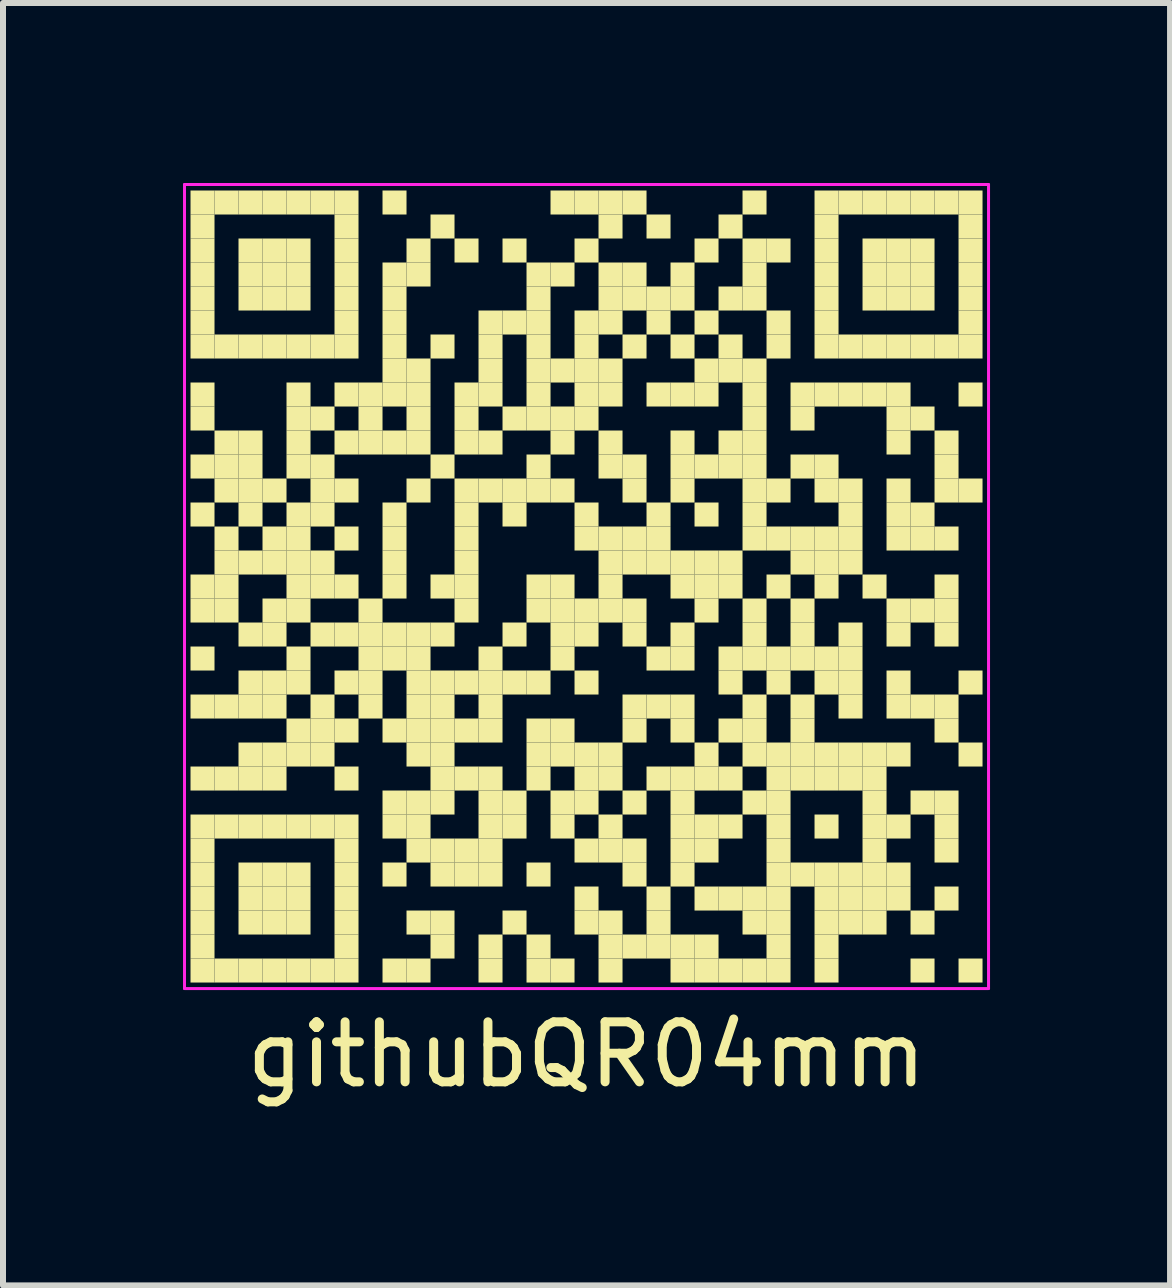
<source format=kicad_pcb>
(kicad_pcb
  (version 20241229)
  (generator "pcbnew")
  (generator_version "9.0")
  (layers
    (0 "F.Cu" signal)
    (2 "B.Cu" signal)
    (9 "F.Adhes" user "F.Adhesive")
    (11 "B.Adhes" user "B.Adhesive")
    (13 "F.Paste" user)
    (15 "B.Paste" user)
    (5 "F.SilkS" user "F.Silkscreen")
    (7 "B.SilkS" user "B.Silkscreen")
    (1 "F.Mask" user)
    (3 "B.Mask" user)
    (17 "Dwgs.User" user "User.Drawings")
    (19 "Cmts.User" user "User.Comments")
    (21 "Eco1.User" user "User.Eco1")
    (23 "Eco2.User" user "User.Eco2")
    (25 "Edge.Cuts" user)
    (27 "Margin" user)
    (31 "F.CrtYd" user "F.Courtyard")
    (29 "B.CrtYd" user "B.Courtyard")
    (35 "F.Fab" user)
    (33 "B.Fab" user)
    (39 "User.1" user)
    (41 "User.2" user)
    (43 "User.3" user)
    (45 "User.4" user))
  (footprint "githubQR04mm"
    (layer "F.Cu")
    (at 6.725 6.725)
    (property "Reference" "githubQR04mm" (at 0 7.8 0) (layer "F.SilkS") (effects (font (size 1 1) (thickness 0.15))))
    (attr through_hole)
    (fp_poly (pts (xy -6.2 -6.2) (xy -6.2 -6.6) (xy -6.6 -6.6) (xy -6.6 -6.2)) (stroke (width 0) (type solid)) (fill yes) (layer "F.SilkS"))
    (fp_poly (pts (xy -6.2 -5.8) (xy -6.2 -6.2) (xy -6.6 -6.2) (xy -6.6 -5.8)) (stroke (width 0) (type solid)) (fill yes) (layer "F.SilkS"))
    (fp_poly (pts (xy -6.2 -5.4) (xy -6.2 -5.8) (xy -6.6 -5.8) (xy -6.6 -5.4)) (stroke (width 0) (type solid)) (fill yes) (layer "F.SilkS"))
    (fp_poly (pts (xy -6.2 -5) (xy -6.2 -5.4) (xy -6.6 -5.4) (xy -6.6 -5)) (stroke (width 0) (type solid)) (fill yes) (layer "F.SilkS"))
    (fp_poly (pts (xy -6.2 -4.6) (xy -6.2 -5) (xy -6.6 -5) (xy -6.6 -4.6)) (stroke (width 0) (type solid)) (fill yes) (layer "F.SilkS"))
    (fp_poly (pts (xy -6.2 -4.2) (xy -6.2 -4.6) (xy -6.6 -4.6) (xy -6.6 -4.2)) (stroke (width 0) (type solid)) (fill yes) (layer "F.SilkS"))
    (fp_poly (pts (xy -6.2 -3.8) (xy -6.2 -4.2) (xy -6.6 -4.2) (xy -6.6 -3.8)) (stroke (width 0) (type solid)) (fill yes) (layer "F.SilkS"))
    (fp_poly (pts (xy -6.2 -3) (xy -6.2 -3.4) (xy -6.6 -3.4) (xy -6.6 -3)) (stroke (width 0) (type solid)) (fill yes) (layer "F.SilkS"))
    (fp_poly (pts (xy -6.2 -2.6) (xy -6.2 -3) (xy -6.6 -3) (xy -6.6 -2.6)) (stroke (width 0) (type solid)) (fill yes) (layer "F.SilkS"))
    (fp_poly (pts (xy -6.2 -1.8) (xy -6.2 -2.2) (xy -6.6 -2.2) (xy -6.6 -1.8)) (stroke (width 0) (type solid)) (fill yes) (layer "F.SilkS"))
    (fp_poly (pts (xy -6.2 -1) (xy -6.2 -1.4) (xy -6.6 -1.4) (xy -6.6 -1)) (stroke (width 0) (type solid)) (fill yes) (layer "F.SilkS"))
    (fp_poly (pts (xy -6.2 0.2) (xy -6.2 -0.2) (xy -6.6 -0.2) (xy -6.6 0.2)) (stroke (width 0) (type solid)) (fill yes) (layer "F.SilkS"))
    (fp_poly (pts (xy -6.2 0.6) (xy -6.2 0.2) (xy -6.6 0.2) (xy -6.6 0.6)) (stroke (width 0) (type solid)) (fill yes) (layer "F.SilkS"))
    (fp_poly (pts (xy -6.2 1.4) (xy -6.2 1) (xy -6.6 1) (xy -6.6 1.4)) (stroke (width 0) (type solid)) (fill yes) (layer "F.SilkS"))
    (fp_poly (pts (xy -6.2 2.2) (xy -6.2 1.8) (xy -6.6 1.8) (xy -6.6 2.2)) (stroke (width 0) (type solid)) (fill yes) (layer "F.SilkS"))
    (fp_poly (pts (xy -6.2 3.4) (xy -6.2 3) (xy -6.6 3) (xy -6.6 3.4)) (stroke (width 0) (type solid)) (fill yes) (layer "F.SilkS"))
    (fp_poly (pts (xy -6.2 4.2) (xy -6.2 3.8) (xy -6.6 3.8) (xy -6.6 4.2)) (stroke (width 0) (type solid)) (fill yes) (layer "F.SilkS"))
    (fp_poly (pts (xy -6.2 4.6) (xy -6.2 4.2) (xy -6.6 4.2) (xy -6.6 4.6)) (stroke (width 0) (type solid)) (fill yes) (layer "F.SilkS"))
    (fp_poly (pts (xy -6.2 5) (xy -6.2 4.6) (xy -6.6 4.6) (xy -6.6 5)) (stroke (width 0) (type solid)) (fill yes) (layer "F.SilkS"))
    (fp_poly (pts (xy -6.2 5.4) (xy -6.2 5) (xy -6.6 5) (xy -6.6 5.4)) (stroke (width 0) (type solid)) (fill yes) (layer "F.SilkS"))
    (fp_poly (pts (xy -6.2 5.8) (xy -6.2 5.4) (xy -6.6 5.4) (xy -6.6 5.8)) (stroke (width 0) (type solid)) (fill yes) (layer "F.SilkS"))
    (fp_poly (pts (xy -6.2 6.2) (xy -6.2 5.8) (xy -6.6 5.8) (xy -6.6 6.2)) (stroke (width 0) (type solid)) (fill yes) (layer "F.SilkS"))
    (fp_poly (pts (xy -6.2 6.6) (xy -6.2 6.2) (xy -6.6 6.2) (xy -6.6 6.6)) (stroke (width 0) (type solid)) (fill yes) (layer "F.SilkS"))
    (fp_poly (pts (xy -5.8 -6.2) (xy -5.8 -6.6) (xy -6.2 -6.6) (xy -6.2 -6.2)) (stroke (width 0) (type solid)) (fill yes) (layer "F.SilkS"))
    (fp_poly (pts (xy -5.8 -3.8) (xy -5.8 -4.2) (xy -6.2 -4.2) (xy -6.2 -3.8)) (stroke (width 0) (type solid)) (fill yes) (layer "F.SilkS"))
    (fp_poly (pts (xy -5.8 -2.2) (xy -5.8 -2.6) (xy -6.2 -2.6) (xy -6.2 -2.2)) (stroke (width 0) (type solid)) (fill yes) (layer "F.SilkS"))
    (fp_poly (pts (xy -5.8 -1.8) (xy -5.8 -2.2) (xy -6.2 -2.2) (xy -6.2 -1.8)) (stroke (width 0) (type solid)) (fill yes) (layer "F.SilkS"))
    (fp_poly (pts (xy -5.8 -1.4) (xy -5.8 -1.8) (xy -6.2 -1.8) (xy -6.2 -1.4)) (stroke (width 0) (type solid)) (fill yes) (layer "F.SilkS"))
    (fp_poly (pts (xy -5.8 -0.6) (xy -5.8 -1) (xy -6.2 -1) (xy -6.2 -0.6)) (stroke (width 0) (type solid)) (fill yes) (layer "F.SilkS"))
    (fp_poly (pts (xy -5.8 -0.2) (xy -5.8 -0.6) (xy -6.2 -0.6) (xy -6.2 -0.2)) (stroke (width 0) (type solid)) (fill yes) (layer "F.SilkS"))
    (fp_poly (pts (xy -5.8 0.2) (xy -5.8 -0.2) (xy -6.2 -0.2) (xy -6.2 0.2)) (stroke (width 0) (type solid)) (fill yes) (layer "F.SilkS"))
    (fp_poly (pts (xy -5.8 0.6) (xy -5.8 0.2) (xy -6.2 0.2) (xy -6.2 0.6)) (stroke (width 0) (type solid)) (fill yes) (layer "F.SilkS"))
    (fp_poly (pts (xy -5.8 2.2) (xy -5.8 1.8) (xy -6.2 1.8) (xy -6.2 2.2)) (stroke (width 0) (type solid)) (fill yes) (layer "F.SilkS"))
    (fp_poly (pts (xy -5.8 3.4) (xy -5.8 3) (xy -6.2 3) (xy -6.2 3.4)) (stroke (width 0) (type solid)) (fill yes) (layer "F.SilkS"))
    (fp_poly (pts (xy -5.8 4.2) (xy -5.8 3.8) (xy -6.2 3.8) (xy -6.2 4.2)) (stroke (width 0) (type solid)) (fill yes) (layer "F.SilkS"))
    (fp_poly (pts (xy -5.8 6.6) (xy -5.8 6.2) (xy -6.2 6.2) (xy -6.2 6.6)) (stroke (width 0) (type solid)) (fill yes) (layer "F.SilkS"))
    (fp_poly (pts (xy -5.4 -6.2) (xy -5.4 -6.6) (xy -5.8 -6.6) (xy -5.8 -6.2)) (stroke (width 0) (type solid)) (fill yes) (layer "F.SilkS"))
    (fp_poly (pts (xy -5.4 -5.4) (xy -5.4 -5.8) (xy -5.8 -5.8) (xy -5.8 -5.4)) (stroke (width 0) (type solid)) (fill yes) (layer "F.SilkS"))
    (fp_poly (pts (xy -5.4 -5) (xy -5.4 -5.4) (xy -5.8 -5.4) (xy -5.8 -5)) (stroke (width 0) (type solid)) (fill yes) (layer "F.SilkS"))
    (fp_poly (pts (xy -5.4 -4.6) (xy -5.4 -5) (xy -5.8 -5) (xy -5.8 -4.6)) (stroke (width 0) (type solid)) (fill yes) (layer "F.SilkS"))
    (fp_poly (pts (xy -5.4 -3.8) (xy -5.4 -4.2) (xy -5.8 -4.2) (xy -5.8 -3.8)) (stroke (width 0) (type solid)) (fill yes) (layer "F.SilkS"))
    (fp_poly (pts (xy -5.4 -2.2) (xy -5.4 -2.6) (xy -5.8 -2.6) (xy -5.8 -2.2)) (stroke (width 0) (type solid)) (fill yes) (layer "F.SilkS"))
    (fp_poly (pts (xy -5.4 -1.8) (xy -5.4 -2.2) (xy -5.8 -2.2) (xy -5.8 -1.8)) (stroke (width 0) (type solid)) (fill yes) (layer "F.SilkS"))
    (fp_poly (pts (xy -5.4 -1.4) (xy -5.4 -1.8) (xy -5.8 -1.8) (xy -5.8 -1.4)) (stroke (width 0) (type solid)) (fill yes) (layer "F.SilkS"))
    (fp_poly (pts (xy -5.4 -1) (xy -5.4 -1.4) (xy -5.8 -1.4) (xy -5.8 -1)) (stroke (width 0) (type solid)) (fill yes) (layer "F.SilkS"))
    (fp_poly (pts (xy -5.4 -0.2) (xy -5.4 -0.6) (xy -5.8 -0.6) (xy -5.8 -0.2)) (stroke (width 0) (type solid)) (fill yes) (layer "F.SilkS"))
    (fp_poly (pts (xy -5.4 1) (xy -5.4 0.6) (xy -5.8 0.6) (xy -5.8 1)) (stroke (width 0) (type solid)) (fill yes) (layer "F.SilkS"))
    (fp_poly (pts (xy -5.4 1.8) (xy -5.4 1.4) (xy -5.8 1.4) (xy -5.8 1.8)) (stroke (width 0) (type solid)) (fill yes) (layer "F.SilkS"))
    (fp_poly (pts (xy -5.4 2.2) (xy -5.4 1.8) (xy -5.8 1.8) (xy -5.8 2.2)) (stroke (width 0) (type solid)) (fill yes) (layer "F.SilkS"))
    (fp_poly (pts (xy -5.4 3) (xy -5.4 2.6) (xy -5.8 2.6) (xy -5.8 3)) (stroke (width 0) (type solid)) (fill yes) (layer "F.SilkS"))
    (fp_poly (pts (xy -5.4 3.4) (xy -5.4 3) (xy -5.8 3) (xy -5.8 3.4)) (stroke (width 0) (type solid)) (fill yes) (layer "F.SilkS"))
    (fp_poly (pts (xy -5.4 4.2) (xy -5.4 3.8) (xy -5.8 3.8) (xy -5.8 4.2)) (stroke (width 0) (type solid)) (fill yes) (layer "F.SilkS"))
    (fp_poly (pts (xy -5.4 5) (xy -5.4 4.6) (xy -5.8 4.6) (xy -5.8 5)) (stroke (width 0) (type solid)) (fill yes) (layer "F.SilkS"))
    (fp_poly (pts (xy -5.4 5.4) (xy -5.4 5) (xy -5.8 5) (xy -5.8 5.4)) (stroke (width 0) (type solid)) (fill yes) (layer "F.SilkS"))
    (fp_poly (pts (xy -5.4 5.8) (xy -5.4 5.4) (xy -5.8 5.4) (xy -5.8 5.8)) (stroke (width 0) (type solid)) (fill yes) (layer "F.SilkS"))
    (fp_poly (pts (xy -5.4 6.6) (xy -5.4 6.2) (xy -5.8 6.2) (xy -5.8 6.6)) (stroke (width 0) (type solid)) (fill yes) (layer "F.SilkS"))
    (fp_poly (pts (xy -5 -6.2) (xy -5 -6.6) (xy -5.4 -6.6) (xy -5.4 -6.2)) (stroke (width 0) (type solid)) (fill yes) (layer "F.SilkS"))
    (fp_poly (pts (xy -5 -5.4) (xy -5 -5.8) (xy -5.4 -5.8) (xy -5.4 -5.4)) (stroke (width 0) (type solid)) (fill yes) (layer "F.SilkS"))
    (fp_poly (pts (xy -5 -5) (xy -5 -5.4) (xy -5.4 -5.4) (xy -5.4 -5)) (stroke (width 0) (type solid)) (fill yes) (layer "F.SilkS"))
    (fp_poly (pts (xy -5 -4.6) (xy -5 -5) (xy -5.4 -5) (xy -5.4 -4.6)) (stroke (width 0) (type solid)) (fill yes) (layer "F.SilkS"))
    (fp_poly (pts (xy -5 -3.8) (xy -5 -4.2) (xy -5.4 -4.2) (xy -5.4 -3.8)) (stroke (width 0) (type solid)) (fill yes) (layer "F.SilkS"))
    (fp_poly (pts (xy -5 -1.4) (xy -5 -1.8) (xy -5.4 -1.8) (xy -5.4 -1.4)) (stroke (width 0) (type solid)) (fill yes) (layer "F.SilkS"))
    (fp_poly (pts (xy -5 -0.6) (xy -5 -1) (xy -5.4 -1) (xy -5.4 -0.6)) (stroke (width 0) (type solid)) (fill yes) (layer "F.SilkS"))
    (fp_poly (pts (xy -5 -0.2) (xy -5 -0.6) (xy -5.4 -0.6) (xy -5.4 -0.2)) (stroke (width 0) (type solid)) (fill yes) (layer "F.SilkS"))
    (fp_poly (pts (xy -5 0.6) (xy -5 0.2) (xy -5.4 0.2) (xy -5.4 0.6)) (stroke (width 0) (type solid)) (fill yes) (layer "F.SilkS"))
    (fp_poly (pts (xy -5 1) (xy -5 0.6) (xy -5.4 0.6) (xy -5.4 1)) (stroke (width 0) (type solid)) (fill yes) (layer "F.SilkS"))
    (fp_poly (pts (xy -5 1.8) (xy -5 1.4) (xy -5.4 1.4) (xy -5.4 1.8)) (stroke (width 0) (type solid)) (fill yes) (layer "F.SilkS"))
    (fp_poly (pts (xy -5 2.2) (xy -5 1.8) (xy -5.4 1.8) (xy -5.4 2.2)) (stroke (width 0) (type solid)) (fill yes) (layer "F.SilkS"))
    (fp_poly (pts (xy -5 3) (xy -5 2.6) (xy -5.4 2.6) (xy -5.4 3)) (stroke (width 0) (type solid)) (fill yes) (layer "F.SilkS"))
    (fp_poly (pts (xy -5 3.4) (xy -5 3) (xy -5.4 3) (xy -5.4 3.4)) (stroke (width 0) (type solid)) (fill yes) (layer "F.SilkS"))
    (fp_poly (pts (xy -5 4.2) (xy -5 3.8) (xy -5.4 3.8) (xy -5.4 4.2)) (stroke (width 0) (type solid)) (fill yes) (layer "F.SilkS"))
    (fp_poly (pts (xy -5 5) (xy -5 4.6) (xy -5.4 4.6) (xy -5.4 5)) (stroke (width 0) (type solid)) (fill yes) (layer "F.SilkS"))
    (fp_poly (pts (xy -5 5.4) (xy -5 5) (xy -5.4 5) (xy -5.4 5.4)) (stroke (width 0) (type solid)) (fill yes) (layer "F.SilkS"))
    (fp_poly (pts (xy -5 5.8) (xy -5 5.4) (xy -5.4 5.4) (xy -5.4 5.8)) (stroke (width 0) (type solid)) (fill yes) (layer "F.SilkS"))
    (fp_poly (pts (xy -5 6.6) (xy -5 6.2) (xy -5.4 6.2) (xy -5.4 6.6)) (stroke (width 0) (type solid)) (fill yes) (layer "F.SilkS"))
    (fp_poly (pts (xy -4.6 -6.2) (xy -4.6 -6.6) (xy -5 -6.6) (xy -5 -6.2)) (stroke (width 0) (type solid)) (fill yes) (layer "F.SilkS"))
    (fp_poly (pts (xy -4.6 -5.4) (xy -4.6 -5.8) (xy -5 -5.8) (xy -5 -5.4)) (stroke (width 0) (type solid)) (fill yes) (layer "F.SilkS"))
    (fp_poly (pts (xy -4.6 -5) (xy -4.6 -5.4) (xy -5 -5.4) (xy -5 -5)) (stroke (width 0) (type solid)) (fill yes) (layer "F.SilkS"))
    (fp_poly (pts (xy -4.6 -4.6) (xy -4.6 -5) (xy -5 -5) (xy -5 -4.6)) (stroke (width 0) (type solid)) (fill yes) (layer "F.SilkS"))
    (fp_poly (pts (xy -4.6 -3.8) (xy -4.6 -4.2) (xy -5 -4.2) (xy -5 -3.8)) (stroke (width 0) (type solid)) (fill yes) (layer "F.SilkS"))
    (fp_poly (pts (xy -4.6 -3) (xy -4.6 -3.4) (xy -5 -3.4) (xy -5 -3)) (stroke (width 0) (type solid)) (fill yes) (layer "F.SilkS"))
    (fp_poly (pts (xy -4.6 -2.6) (xy -4.6 -3) (xy -5 -3) (xy -5 -2.6)) (stroke (width 0) (type solid)) (fill yes) (layer "F.SilkS"))
    (fp_poly (pts (xy -4.6 -2.2) (xy -4.6 -2.6) (xy -5 -2.6) (xy -5 -2.2)) (stroke (width 0) (type solid)) (fill yes) (layer "F.SilkS"))
    (fp_poly (pts (xy -4.6 -1.8) (xy -4.6 -2.2) (xy -5 -2.2) (xy -5 -1.8)) (stroke (width 0) (type solid)) (fill yes) (layer "F.SilkS"))
    (fp_poly (pts (xy -4.6 -1) (xy -4.6 -1.4) (xy -5 -1.4) (xy -5 -1)) (stroke (width 0) (type solid)) (fill yes) (layer "F.SilkS"))
    (fp_poly (pts (xy -4.6 -0.6) (xy -4.6 -1) (xy -5 -1) (xy -5 -0.6)) (stroke (width 0) (type solid)) (fill yes) (layer "F.SilkS"))
    (fp_poly (pts (xy -4.6 -0.2) (xy -4.6 -0.6) (xy -5 -0.6) (xy -5 -0.2)) (stroke (width 0) (type solid)) (fill yes) (layer "F.SilkS"))
    (fp_poly (pts (xy -4.6 0.2) (xy -4.6 -0.2) (xy -5 -0.2) (xy -5 0.2)) (stroke (width 0) (type solid)) (fill yes) (layer "F.SilkS"))
    (fp_poly (pts (xy -4.6 0.6) (xy -4.6 0.2) (xy -5 0.2) (xy -5 0.6)) (stroke (width 0) (type solid)) (fill yes) (layer "F.SilkS"))
    (fp_poly (pts (xy -4.6 1.4) (xy -4.6 1) (xy -5 1) (xy -5 1.4)) (stroke (width 0) (type solid)) (fill yes) (layer "F.SilkS"))
    (fp_poly (pts (xy -4.6 1.8) (xy -4.6 1.4) (xy -5 1.4) (xy -5 1.8)) (stroke (width 0) (type solid)) (fill yes) (layer "F.SilkS"))
    (fp_poly (pts (xy -4.6 2.6) (xy -4.6 2.2) (xy -5 2.2) (xy -5 2.6)) (stroke (width 0) (type solid)) (fill yes) (layer "F.SilkS"))
    (fp_poly (pts (xy -4.6 3) (xy -4.6 2.6) (xy -5 2.6) (xy -5 3)) (stroke (width 0) (type solid)) (fill yes) (layer "F.SilkS"))
    (fp_poly (pts (xy -4.6 4.2) (xy -4.6 3.8) (xy -5 3.8) (xy -5 4.2)) (stroke (width 0) (type solid)) (fill yes) (layer "F.SilkS"))
    (fp_poly (pts (xy -4.6 5) (xy -4.6 4.6) (xy -5 4.6) (xy -5 5)) (stroke (width 0) (type solid)) (fill yes) (layer "F.SilkS"))
    (fp_poly (pts (xy -4.6 5.4) (xy -4.6 5) (xy -5 5) (xy -5 5.4)) (stroke (width 0) (type solid)) (fill yes) (layer "F.SilkS"))
    (fp_poly (pts (xy -4.6 5.8) (xy -4.6 5.4) (xy -5 5.4) (xy -5 5.8)) (stroke (width 0) (type solid)) (fill yes) (layer "F.SilkS"))
    (fp_poly (pts (xy -4.6 6.6) (xy -4.6 6.2) (xy -5 6.2) (xy -5 6.6)) (stroke (width 0) (type solid)) (fill yes) (layer "F.SilkS"))
    (fp_poly (pts (xy -4.2 -6.2) (xy -4.2 -6.6) (xy -4.6 -6.6) (xy -4.6 -6.2)) (stroke (width 0) (type solid)) (fill yes) (layer "F.SilkS"))
    (fp_poly (pts (xy -4.2 -3.8) (xy -4.2 -4.2) (xy -4.6 -4.2) (xy -4.6 -3.8)) (stroke (width 0) (type solid)) (fill yes) (layer "F.SilkS"))
    (fp_poly (pts (xy -4.2 -2.6) (xy -4.2 -3) (xy -4.6 -3) (xy -4.6 -2.6)) (stroke (width 0) (type solid)) (fill yes) (layer "F.SilkS"))
    (fp_poly (pts (xy -4.2 -1.8) (xy -4.2 -2.2) (xy -4.6 -2.2) (xy -4.6 -1.8)) (stroke (width 0) (type solid)) (fill yes) (layer "F.SilkS"))
    (fp_poly (pts (xy -4.2 -1.4) (xy -4.2 -1.8) (xy -4.6 -1.8) (xy -4.6 -1.4)) (stroke (width 0) (type solid)) (fill yes) (layer "F.SilkS"))
    (fp_poly (pts (xy -4.2 -1) (xy -4.2 -1.4) (xy -4.6 -1.4) (xy -4.6 -1)) (stroke (width 0) (type solid)) (fill yes) (layer "F.SilkS"))
    (fp_poly (pts (xy -4.2 -0.2) (xy -4.2 -0.6) (xy -4.6 -0.6) (xy -4.6 -0.2)) (stroke (width 0) (type solid)) (fill yes) (layer "F.SilkS"))
    (fp_poly (pts (xy -4.2 0.2) (xy -4.2 -0.2) (xy -4.6 -0.2) (xy -4.6 0.2)) (stroke (width 0) (type solid)) (fill yes) (layer "F.SilkS"))
    (fp_poly (pts (xy -4.2 1) (xy -4.2 0.6) (xy -4.6 0.6) (xy -4.6 1)) (stroke (width 0) (type solid)) (fill yes) (layer "F.SilkS"))
    (fp_poly (pts (xy -4.2 2.2) (xy -4.2 1.8) (xy -4.6 1.8) (xy -4.6 2.2)) (stroke (width 0) (type solid)) (fill yes) (layer "F.SilkS"))
    (fp_poly (pts (xy -4.2 2.6) (xy -4.2 2.2) (xy -4.6 2.2) (xy -4.6 2.6)) (stroke (width 0) (type solid)) (fill yes) (layer "F.SilkS"))
    (fp_poly (pts (xy -4.2 3) (xy -4.2 2.6) (xy -4.6 2.6) (xy -4.6 3)) (stroke (width 0) (type solid)) (fill yes) (layer "F.SilkS"))
    (fp_poly (pts (xy -4.2 4.2) (xy -4.2 3.8) (xy -4.6 3.8) (xy -4.6 4.2)) (stroke (width 0) (type solid)) (fill yes) (layer "F.SilkS"))
    (fp_poly (pts (xy -4.2 6.6) (xy -4.2 6.2) (xy -4.6 6.2) (xy -4.6 6.6)) (stroke (width 0) (type solid)) (fill yes) (layer "F.SilkS"))
    (fp_poly (pts (xy -3.8 -6.2) (xy -3.8 -6.6) (xy -4.2 -6.6) (xy -4.2 -6.2)) (stroke (width 0) (type solid)) (fill yes) (layer "F.SilkS"))
    (fp_poly (pts (xy -3.8 -5.8) (xy -3.8 -6.2) (xy -4.2 -6.2) (xy -4.2 -5.8)) (stroke (width 0) (type solid)) (fill yes) (layer "F.SilkS"))
    (fp_poly (pts (xy -3.8 -5.4) (xy -3.8 -5.8) (xy -4.2 -5.8) (xy -4.2 -5.4)) (stroke (width 0) (type solid)) (fill yes) (layer "F.SilkS"))
    (fp_poly (pts (xy -3.8 -5) (xy -3.8 -5.4) (xy -4.2 -5.4) (xy -4.2 -5)) (stroke (width 0) (type solid)) (fill yes) (layer "F.SilkS"))
    (fp_poly (pts (xy -3.8 -4.6) (xy -3.8 -5) (xy -4.2 -5) (xy -4.2 -4.6)) (stroke (width 0) (type solid)) (fill yes) (layer "F.SilkS"))
    (fp_poly (pts (xy -3.8 -4.2) (xy -3.8 -4.6) (xy -4.2 -4.6) (xy -4.2 -4.2)) (stroke (width 0) (type solid)) (fill yes) (layer "F.SilkS"))
    (fp_poly (pts (xy -3.8 -3.8) (xy -3.8 -4.2) (xy -4.2 -4.2) (xy -4.2 -3.8)) (stroke (width 0) (type solid)) (fill yes) (layer "F.SilkS"))
    (fp_poly (pts (xy -3.8 -3) (xy -3.8 -3.4) (xy -4.2 -3.4) (xy -4.2 -3)) (stroke (width 0) (type solid)) (fill yes) (layer "F.SilkS"))
    (fp_poly (pts (xy -3.8 -2.2) (xy -3.8 -2.6) (xy -4.2 -2.6) (xy -4.2 -2.2)) (stroke (width 0) (type solid)) (fill yes) (layer "F.SilkS"))
    (fp_poly (pts (xy -3.8 -1.4) (xy -3.8 -1.8) (xy -4.2 -1.8) (xy -4.2 -1.4)) (stroke (width 0) (type solid)) (fill yes) (layer "F.SilkS"))
    (fp_poly (pts (xy -3.8 -0.6) (xy -3.8 -1) (xy -4.2 -1) (xy -4.2 -0.6)) (stroke (width 0) (type solid)) (fill yes) (layer "F.SilkS"))
    (fp_poly (pts (xy -3.8 0.2) (xy -3.8 -0.2) (xy -4.2 -0.2) (xy -4.2 0.2)) (stroke (width 0) (type solid)) (fill yes) (layer "F.SilkS"))
    (fp_poly (pts (xy -3.8 1) (xy -3.8 0.6) (xy -4.2 0.6) (xy -4.2 1)) (stroke (width 0) (type solid)) (fill yes) (layer "F.SilkS"))
    (fp_poly (pts (xy -3.8 1.8) (xy -3.8 1.4) (xy -4.2 1.4) (xy -4.2 1.8)) (stroke (width 0) (type solid)) (fill yes) (layer "F.SilkS"))
    (fp_poly (pts (xy -3.8 2.6) (xy -3.8 2.2) (xy -4.2 2.2) (xy -4.2 2.6)) (stroke (width 0) (type solid)) (fill yes) (layer "F.SilkS"))
    (fp_poly (pts (xy -3.8 3.4) (xy -3.8 3) (xy -4.2 3) (xy -4.2 3.4)) (stroke (width 0) (type solid)) (fill yes) (layer "F.SilkS"))
    (fp_poly (pts (xy -3.8 4.2) (xy -3.8 3.8) (xy -4.2 3.8) (xy -4.2 4.2)) (stroke (width 0) (type solid)) (fill yes) (layer "F.SilkS"))
    (fp_poly (pts (xy -3.8 4.6) (xy -3.8 4.2) (xy -4.2 4.2) (xy -4.2 4.6)) (stroke (width 0) (type solid)) (fill yes) (layer "F.SilkS"))
    (fp_poly (pts (xy -3.8 5) (xy -3.8 4.6) (xy -4.2 4.6) (xy -4.2 5)) (stroke (width 0) (type solid)) (fill yes) (layer "F.SilkS"))
    (fp_poly (pts (xy -3.8 5.4) (xy -3.8 5) (xy -4.2 5) (xy -4.2 5.4)) (stroke (width 0) (type solid)) (fill yes) (layer "F.SilkS"))
    (fp_poly (pts (xy -3.8 5.8) (xy -3.8 5.4) (xy -4.2 5.4) (xy -4.2 5.8)) (stroke (width 0) (type solid)) (fill yes) (layer "F.SilkS"))
    (fp_poly (pts (xy -3.8 6.2) (xy -3.8 5.8) (xy -4.2 5.8) (xy -4.2 6.2)) (stroke (width 0) (type solid)) (fill yes) (layer "F.SilkS"))
    (fp_poly (pts (xy -3.8 6.6) (xy -3.8 6.2) (xy -4.2 6.2) (xy -4.2 6.6)) (stroke (width 0) (type solid)) (fill yes) (layer "F.SilkS"))
    (fp_poly (pts (xy -3.4 -3) (xy -3.4 -3.4) (xy -3.8 -3.4) (xy -3.8 -3)) (stroke (width 0) (type solid)) (fill yes) (layer "F.SilkS"))
    (fp_poly (pts (xy -3.4 -2.6) (xy -3.4 -3) (xy -3.8 -3) (xy -3.8 -2.6)) (stroke (width 0) (type solid)) (fill yes) (layer "F.SilkS"))
    (fp_poly (pts (xy -3.4 -2.2) (xy -3.4 -2.6) (xy -3.8 -2.6) (xy -3.8 -2.2)) (stroke (width 0) (type solid)) (fill yes) (layer "F.SilkS"))
    (fp_poly (pts (xy -3.4 0.6) (xy -3.4 0.2) (xy -3.8 0.2) (xy -3.8 0.6)) (stroke (width 0) (type solid)) (fill yes) (layer "F.SilkS"))
    (fp_poly (pts (xy -3.4 1) (xy -3.4 0.6) (xy -3.8 0.6) (xy -3.8 1)) (stroke (width 0) (type solid)) (fill yes) (layer "F.SilkS"))
    (fp_poly (pts (xy -3.4 1.4) (xy -3.4 1) (xy -3.8 1) (xy -3.8 1.4)) (stroke (width 0) (type solid)) (fill yes) (layer "F.SilkS"))
    (fp_poly (pts (xy -3.4 1.8) (xy -3.4 1.4) (xy -3.8 1.4) (xy -3.8 1.8)) (stroke (width 0) (type solid)) (fill yes) (layer "F.SilkS"))
    (fp_poly (pts (xy -3.4 2.2) (xy -3.4 1.8) (xy -3.8 1.8) (xy -3.8 2.2)) (stroke (width 0) (type solid)) (fill yes) (layer "F.SilkS"))
    (fp_poly (pts (xy -3 -6.2) (xy -3 -6.6) (xy -3.4 -6.6) (xy -3.4 -6.2)) (stroke (width 0) (type solid)) (fill yes) (layer "F.SilkS"))
    (fp_poly (pts (xy -3 -5) (xy -3 -5.4) (xy -3.4 -5.4) (xy -3.4 -5)) (stroke (width 0) (type solid)) (fill yes) (layer "F.SilkS"))
    (fp_poly (pts (xy -3 -4.6) (xy -3 -5) (xy -3.4 -5) (xy -3.4 -4.6)) (stroke (width 0) (type solid)) (fill yes) (layer "F.SilkS"))
    (fp_poly (pts (xy -3 -4.2) (xy -3 -4.6) (xy -3.4 -4.6) (xy -3.4 -4.2)) (stroke (width 0) (type solid)) (fill yes) (layer "F.SilkS"))
    (fp_poly (pts (xy -3 -3.8) (xy -3 -4.2) (xy -3.4 -4.2) (xy -3.4 -3.8)) (stroke (width 0) (type solid)) (fill yes) (layer "F.SilkS"))
    (fp_poly (pts (xy -3 -3.4) (xy -3 -3.8) (xy -3.4 -3.8) (xy -3.4 -3.4)) (stroke (width 0) (type solid)) (fill yes) (layer "F.SilkS"))
    (fp_poly (pts (xy -3 -3) (xy -3 -3.4) (xy -3.4 -3.4) (xy -3.4 -3)) (stroke (width 0) (type solid)) (fill yes) (layer "F.SilkS"))
    (fp_poly (pts (xy -3 -2.2) (xy -3 -2.6) (xy -3.4 -2.6) (xy -3.4 -2.2)) (stroke (width 0) (type solid)) (fill yes) (layer "F.SilkS"))
    (fp_poly (pts (xy -3 -1) (xy -3 -1.4) (xy -3.4 -1.4) (xy -3.4 -1)) (stroke (width 0) (type solid)) (fill yes) (layer "F.SilkS"))
    (fp_poly (pts (xy -3 -0.6) (xy -3 -1) (xy -3.4 -1) (xy -3.4 -0.6)) (stroke (width 0) (type solid)) (fill yes) (layer "F.SilkS"))
    (fp_poly (pts (xy -3 -0.2) (xy -3 -0.6) (xy -3.4 -0.6) (xy -3.4 -0.2)) (stroke (width 0) (type solid)) (fill yes) (layer "F.SilkS"))
    (fp_poly (pts (xy -3 0.2) (xy -3 -0.2) (xy -3.4 -0.2) (xy -3.4 0.2)) (stroke (width 0) (type solid)) (fill yes) (layer "F.SilkS"))
    (fp_poly (pts (xy -3 1) (xy -3 0.6) (xy -3.4 0.6) (xy -3.4 1)) (stroke (width 0) (type solid)) (fill yes) (layer "F.SilkS"))
    (fp_poly (pts (xy -3 1.4) (xy -3 1) (xy -3.4 1) (xy -3.4 1.4)) (stroke (width 0) (type solid)) (fill yes) (layer "F.SilkS"))
    (fp_poly (pts (xy -3 2.6) (xy -3 2.2) (xy -3.4 2.2) (xy -3.4 2.6)) (stroke (width 0) (type solid)) (fill yes) (layer "F.SilkS"))
    (fp_poly (pts (xy -3 3.8) (xy -3 3.4) (xy -3.4 3.4) (xy -3.4 3.8)) (stroke (width 0) (type solid)) (fill yes) (layer "F.SilkS"))
    (fp_poly (pts (xy -3 4.2) (xy -3 3.8) (xy -3.4 3.8) (xy -3.4 4.2)) (stroke (width 0) (type solid)) (fill yes) (layer "F.SilkS"))
    (fp_poly (pts (xy -3 5) (xy -3 4.6) (xy -3.4 4.6) (xy -3.4 5)) (stroke (width 0) (type solid)) (fill yes) (layer "F.SilkS"))
    (fp_poly (pts (xy -3 6.6) (xy -3 6.2) (xy -3.4 6.2) (xy -3.4 6.6)) (stroke (width 0) (type solid)) (fill yes) (layer "F.SilkS"))
    (fp_poly (pts (xy -2.6 -5.4) (xy -2.6 -5.8) (xy -3 -5.8) (xy -3 -5.4)) (stroke (width 0) (type solid)) (fill yes) (layer "F.SilkS"))
    (fp_poly (pts (xy -2.6 -5) (xy -2.6 -5.4) (xy -3 -5.4) (xy -3 -5)) (stroke (width 0) (type solid)) (fill yes) (layer "F.SilkS"))
    (fp_poly (pts (xy -2.6 -3.4) (xy -2.6 -3.8) (xy -3 -3.8) (xy -3 -3.4)) (stroke (width 0) (type solid)) (fill yes) (layer "F.SilkS"))
    (fp_poly (pts (xy -2.6 -3) (xy -2.6 -3.4) (xy -3 -3.4) (xy -3 -3)) (stroke (width 0) (type solid)) (fill yes) (layer "F.SilkS"))
    (fp_poly (pts (xy -2.6 -2.6) (xy -2.6 -3) (xy -3 -3) (xy -3 -2.6)) (stroke (width 0) (type solid)) (fill yes) (layer "F.SilkS"))
    (fp_poly (pts (xy -2.6 -2.2) (xy -2.6 -2.6) (xy -3 -2.6) (xy -3 -2.2)) (stroke (width 0) (type solid)) (fill yes) (layer "F.SilkS"))
    (fp_poly (pts (xy -2.6 -1.4) (xy -2.6 -1.8) (xy -3 -1.8) (xy -3 -1.4)) (stroke (width 0) (type solid)) (fill yes) (layer "F.SilkS"))
    (fp_poly (pts (xy -2.6 1) (xy -2.6 0.6) (xy -3 0.6) (xy -3 1)) (stroke (width 0) (type solid)) (fill yes) (layer "F.SilkS"))
    (fp_poly (pts (xy -2.6 1.4) (xy -2.6 1) (xy -3 1) (xy -3 1.4)) (stroke (width 0) (type solid)) (fill yes) (layer "F.SilkS"))
    (fp_poly (pts (xy -2.6 1.8) (xy -2.6 1.4) (xy -3 1.4) (xy -3 1.8)) (stroke (width 0) (type solid)) (fill yes) (layer "F.SilkS"))
    (fp_poly (pts (xy -2.6 2.2) (xy -2.6 1.8) (xy -3 1.8) (xy -3 2.2)) (stroke (width 0) (type solid)) (fill yes) (layer "F.SilkS"))
    (fp_poly (pts (xy -2.6 2.6) (xy -2.6 2.2) (xy -3 2.2) (xy -3 2.6)) (stroke (width 0) (type solid)) (fill yes) (layer "F.SilkS"))
    (fp_poly (pts (xy -2.6 3) (xy -2.6 2.6) (xy -3 2.6) (xy -3 3)) (stroke (width 0) (type solid)) (fill yes) (layer "F.SilkS"))
    (fp_poly (pts (xy -2.6 3.8) (xy -2.6 3.4) (xy -3 3.4) (xy -3 3.8)) (stroke (width 0) (type solid)) (fill yes) (layer "F.SilkS"))
    (fp_poly (pts (xy -2.6 4.2) (xy -2.6 3.8) (xy -3 3.8) (xy -3 4.2)) (stroke (width 0) (type solid)) (fill yes) (layer "F.SilkS"))
    (fp_poly (pts (xy -2.6 4.6) (xy -2.6 4.2) (xy -3 4.2) (xy -3 4.6)) (stroke (width 0) (type solid)) (fill yes) (layer "F.SilkS"))
    (fp_poly (pts (xy -2.6 5.8) (xy -2.6 5.4) (xy -3 5.4) (xy -3 5.8)) (stroke (width 0) (type solid)) (fill yes) (layer "F.SilkS"))
    (fp_poly (pts (xy -2.6 6.6) (xy -2.6 6.2) (xy -3 6.2) (xy -3 6.6)) (stroke (width 0) (type solid)) (fill yes) (layer "F.SilkS"))
    (fp_poly (pts (xy -2.2 -5.8) (xy -2.2 -6.2) (xy -2.6 -6.2) (xy -2.6 -5.8)) (stroke (width 0) (type solid)) (fill yes) (layer "F.SilkS"))
    (fp_poly (pts (xy -2.2 -3.8) (xy -2.2 -4.2) (xy -2.6 -4.2) (xy -2.6 -3.8)) (stroke (width 0) (type solid)) (fill yes) (layer "F.SilkS"))
    (fp_poly (pts (xy -2.2 -1.8) (xy -2.2 -2.2) (xy -2.6 -2.2) (xy -2.6 -1.8)) (stroke (width 0) (type solid)) (fill yes) (layer "F.SilkS"))
    (fp_poly (pts (xy -2.2 0.2) (xy -2.2 -0.2) (xy -2.6 -0.2) (xy -2.6 0.2)) (stroke (width 0) (type solid)) (fill yes) (layer "F.SilkS"))
    (fp_poly (pts (xy -2.2 1) (xy -2.2 0.6) (xy -2.6 0.6) (xy -2.6 1)) (stroke (width 0) (type solid)) (fill yes) (layer "F.SilkS"))
    (fp_poly (pts (xy -2.2 1.8) (xy -2.2 1.4) (xy -2.6 1.4) (xy -2.6 1.8)) (stroke (width 0) (type solid)) (fill yes) (layer "F.SilkS"))
    (fp_poly (pts (xy -2.2 2.2) (xy -2.2 1.8) (xy -2.6 1.8) (xy -2.6 2.2)) (stroke (width 0) (type solid)) (fill yes) (layer "F.SilkS"))
    (fp_poly (pts (xy -2.2 2.6) (xy -2.2 2.2) (xy -2.6 2.2) (xy -2.6 2.6)) (stroke (width 0) (type solid)) (fill yes) (layer "F.SilkS"))
    (fp_poly (pts (xy -2.2 3) (xy -2.2 2.6) (xy -2.6 2.6) (xy -2.6 3)) (stroke (width 0) (type solid)) (fill yes) (layer "F.SilkS"))
    (fp_poly (pts (xy -2.2 3.4) (xy -2.2 3) (xy -2.6 3) (xy -2.6 3.4)) (stroke (width 0) (type solid)) (fill yes) (layer "F.SilkS"))
    (fp_poly (pts (xy -2.2 3.8) (xy -2.2 3.4) (xy -2.6 3.4) (xy -2.6 3.8)) (stroke (width 0) (type solid)) (fill yes) (layer "F.SilkS"))
    (fp_poly (pts (xy -2.2 4.6) (xy -2.2 4.2) (xy -2.6 4.2) (xy -2.6 4.6)) (stroke (width 0) (type solid)) (fill yes) (layer "F.SilkS"))
    (fp_poly (pts (xy -2.2 5) (xy -2.2 4.6) (xy -2.6 4.6) (xy -2.6 5)) (stroke (width 0) (type solid)) (fill yes) (layer "F.SilkS"))
    (fp_poly (pts (xy -2.2 5.8) (xy -2.2 5.4) (xy -2.6 5.4) (xy -2.6 5.8)) (stroke (width 0) (type solid)) (fill yes) (layer "F.SilkS"))
    (fp_poly (pts (xy -2.2 6.2) (xy -2.2 5.8) (xy -2.6 5.8) (xy -2.6 6.2)) (stroke (width 0) (type solid)) (fill yes) (layer "F.SilkS"))
    (fp_poly (pts (xy -1.8 -5.4) (xy -1.8 -5.8) (xy -2.2 -5.8) (xy -2.2 -5.4)) (stroke (width 0) (type solid)) (fill yes) (layer "F.SilkS"))
    (fp_poly (pts (xy -1.8 -3) (xy -1.8 -3.4) (xy -2.2 -3.4) (xy -2.2 -3)) (stroke (width 0) (type solid)) (fill yes) (layer "F.SilkS"))
    (fp_poly (pts (xy -1.8 -2.6) (xy -1.8 -3) (xy -2.2 -3) (xy -2.2 -2.6)) (stroke (width 0) (type solid)) (fill yes) (layer "F.SilkS"))
    (fp_poly (pts (xy -1.8 -2.2) (xy -1.8 -2.6) (xy -2.2 -2.6) (xy -2.2 -2.2)) (stroke (width 0) (type solid)) (fill yes) (layer "F.SilkS"))
    (fp_poly (pts (xy -1.8 -1.4) (xy -1.8 -1.8) (xy -2.2 -1.8) (xy -2.2 -1.4)) (stroke (width 0) (type solid)) (fill yes) (layer "F.SilkS"))
    (fp_poly (pts (xy -1.8 -1) (xy -1.8 -1.4) (xy -2.2 -1.4) (xy -2.2 -1)) (stroke (width 0) (type solid)) (fill yes) (layer "F.SilkS"))
    (fp_poly (pts (xy -1.8 -0.6) (xy -1.8 -1) (xy -2.2 -1) (xy -2.2 -0.6)) (stroke (width 0) (type solid)) (fill yes) (layer "F.SilkS"))
    (fp_poly (pts (xy -1.8 -0.2) (xy -1.8 -0.6) (xy -2.2 -0.6) (xy -2.2 -0.2)) (stroke (width 0) (type solid)) (fill yes) (layer "F.SilkS"))
    (fp_poly (pts (xy -1.8 0.2) (xy -1.8 -0.2) (xy -2.2 -0.2) (xy -2.2 0.2)) (stroke (width 0) (type solid)) (fill yes) (layer "F.SilkS"))
    (fp_poly (pts (xy -1.8 0.6) (xy -1.8 0.2) (xy -2.2 0.2) (xy -2.2 0.6)) (stroke (width 0) (type solid)) (fill yes) (layer "F.SilkS"))
    (fp_poly (pts (xy -1.8 1.8) (xy -1.8 1.4) (xy -2.2 1.4) (xy -2.2 1.8)) (stroke (width 0) (type solid)) (fill yes) (layer "F.SilkS"))
    (fp_poly (pts (xy -1.8 2.6) (xy -1.8 2.2) (xy -2.2 2.2) (xy -2.2 2.6)) (stroke (width 0) (type solid)) (fill yes) (layer "F.SilkS"))
    (fp_poly (pts (xy -1.8 3.4) (xy -1.8 3) (xy -2.2 3) (xy -2.2 3.4)) (stroke (width 0) (type solid)) (fill yes) (layer "F.SilkS"))
    (fp_poly (pts (xy -1.8 4.6) (xy -1.8 4.2) (xy -2.2 4.2) (xy -2.2 4.6)) (stroke (width 0) (type solid)) (fill yes) (layer "F.SilkS"))
    (fp_poly (pts (xy -1.8 5) (xy -1.8 4.6) (xy -2.2 4.6) (xy -2.2 5)) (stroke (width 0) (type solid)) (fill yes) (layer "F.SilkS"))
    (fp_poly (pts (xy -1.4 -4.2) (xy -1.4 -4.6) (xy -1.8 -4.6) (xy -1.8 -4.2)) (stroke (width 0) (type solid)) (fill yes) (layer "F.SilkS"))
    (fp_poly (pts (xy -1.4 -3.8) (xy -1.4 -4.2) (xy -1.8 -4.2) (xy -1.8 -3.8)) (stroke (width 0) (type solid)) (fill yes) (layer "F.SilkS"))
    (fp_poly (pts (xy -1.4 -3.4) (xy -1.4 -3.8) (xy -1.8 -3.8) (xy -1.8 -3.4)) (stroke (width 0) (type solid)) (fill yes) (layer "F.SilkS"))
    (fp_poly (pts (xy -1.4 -3) (xy -1.4 -3.4) (xy -1.8 -3.4) (xy -1.8 -3)) (stroke (width 0) (type solid)) (fill yes) (layer "F.SilkS"))
    (fp_poly (pts (xy -1.4 -2.2) (xy -1.4 -2.6) (xy -1.8 -2.6) (xy -1.8 -2.2)) (stroke (width 0) (type solid)) (fill yes) (layer "F.SilkS"))
    (fp_poly (pts (xy -1.4 -1.4) (xy -1.4 -1.8) (xy -1.8 -1.8) (xy -1.8 -1.4)) (stroke (width 0) (type solid)) (fill yes) (layer "F.SilkS"))
    (fp_poly (pts (xy -1.4 1.4) (xy -1.4 1) (xy -1.8 1) (xy -1.8 1.4)) (stroke (width 0) (type solid)) (fill yes) (layer "F.SilkS"))
    (fp_poly (pts (xy -1.4 1.8) (xy -1.4 1.4) (xy -1.8 1.4) (xy -1.8 1.8)) (stroke (width 0) (type solid)) (fill yes) (layer "F.SilkS"))
    (fp_poly (pts (xy -1.4 2.2) (xy -1.4 1.8) (xy -1.8 1.8) (xy -1.8 2.2)) (stroke (width 0) (type solid)) (fill yes) (layer "F.SilkS"))
    (fp_poly (pts (xy -1.4 2.6) (xy -1.4 2.2) (xy -1.8 2.2) (xy -1.8 2.6)) (stroke (width 0) (type solid)) (fill yes) (layer "F.SilkS"))
    (fp_poly (pts (xy -1.4 3.4) (xy -1.4 3) (xy -1.8 3) (xy -1.8 3.4)) (stroke (width 0) (type solid)) (fill yes) (layer "F.SilkS"))
    (fp_poly (pts (xy -1.4 3.8) (xy -1.4 3.4) (xy -1.8 3.4) (xy -1.8 3.8)) (stroke (width 0) (type solid)) (fill yes) (layer "F.SilkS"))
    (fp_poly (pts (xy -1.4 4.2) (xy -1.4 3.8) (xy -1.8 3.8) (xy -1.8 4.2)) (stroke (width 0) (type solid)) (fill yes) (layer "F.SilkS"))
    (fp_poly (pts (xy -1.4 4.6) (xy -1.4 4.2) (xy -1.8 4.2) (xy -1.8 4.6)) (stroke (width 0) (type solid)) (fill yes) (layer "F.SilkS"))
    (fp_poly (pts (xy -1.4 5) (xy -1.4 4.6) (xy -1.8 4.6) (xy -1.8 5)) (stroke (width 0) (type solid)) (fill yes) (layer "F.SilkS"))
    (fp_poly (pts (xy -1.4 6.2) (xy -1.4 5.8) (xy -1.8 5.8) (xy -1.8 6.2)) (stroke (width 0) (type solid)) (fill yes) (layer "F.SilkS"))
    (fp_poly (pts (xy -1.4 6.6) (xy -1.4 6.2) (xy -1.8 6.2) (xy -1.8 6.6)) (stroke (width 0) (type solid)) (fill yes) (layer "F.SilkS"))
    (fp_poly (pts (xy -1 -5.4) (xy -1 -5.8) (xy -1.4 -5.8) (xy -1.4 -5.4)) (stroke (width 0) (type solid)) (fill yes) (layer "F.SilkS"))
    (fp_poly (pts (xy -1 -4.2) (xy -1 -4.6) (xy -1.4 -4.6) (xy -1.4 -4.2)) (stroke (width 0) (type solid)) (fill yes) (layer "F.SilkS"))
    (fp_poly (pts (xy -1 -2.6) (xy -1 -3) (xy -1.4 -3) (xy -1.4 -2.6)) (stroke (width 0) (type solid)) (fill yes) (layer "F.SilkS"))
    (fp_poly (pts (xy -1 -1.4) (xy -1 -1.8) (xy -1.4 -1.8) (xy -1.4 -1.4)) (stroke (width 0) (type solid)) (fill yes) (layer "F.SilkS"))
    (fp_poly (pts (xy -1 -1) (xy -1 -1.4) (xy -1.4 -1.4) (xy -1.4 -1)) (stroke (width 0) (type solid)) (fill yes) (layer "F.SilkS"))
    (fp_poly (pts (xy -1 1) (xy -1 0.6) (xy -1.4 0.6) (xy -1.4 1)) (stroke (width 0) (type solid)) (fill yes) (layer "F.SilkS"))
    (fp_poly (pts (xy -1 1.8) (xy -1 1.4) (xy -1.4 1.4) (xy -1.4 1.8)) (stroke (width 0) (type solid)) (fill yes) (layer "F.SilkS"))
    (fp_poly (pts (xy -1 3.8) (xy -1 3.4) (xy -1.4 3.4) (xy -1.4 3.8)) (stroke (width 0) (type solid)) (fill yes) (layer "F.SilkS"))
    (fp_poly (pts (xy -1 4.2) (xy -1 3.8) (xy -1.4 3.8) (xy -1.4 4.2)) (stroke (width 0) (type solid)) (fill yes) (layer "F.SilkS"))
    (fp_poly (pts (xy -1 5.8) (xy -1 5.4) (xy -1.4 5.4) (xy -1.4 5.8)) (stroke (width 0) (type solid)) (fill yes) (layer "F.SilkS"))
    (fp_poly (pts (xy -0.6 -5) (xy -0.6 -5.4) (xy -1 -5.4) (xy -1 -5)) (stroke (width 0) (type solid)) (fill yes) (layer "F.SilkS"))
    (fp_poly (pts (xy -0.6 -4.6) (xy -0.6 -5) (xy -1 -5) (xy -1 -4.6)) (stroke (width 0) (type solid)) (fill yes) (layer "F.SilkS"))
    (fp_poly (pts (xy -0.6 -4.2) (xy -0.6 -4.6) (xy -1 -4.6) (xy -1 -4.2)) (stroke (width 0) (type solid)) (fill yes) (layer "F.SilkS"))
    (fp_poly (pts (xy -0.6 -3.8) (xy -0.6 -4.2) (xy -1 -4.2) (xy -1 -3.8)) (stroke (width 0) (type solid)) (fill yes) (layer "F.SilkS"))
    (fp_poly (pts (xy -0.6 -3.4) (xy -0.6 -3.8) (xy -1 -3.8) (xy -1 -3.4)) (stroke (width 0) (type solid)) (fill yes) (layer "F.SilkS"))
    (fp_poly (pts (xy -0.6 -3) (xy -0.6 -3.4) (xy -1 -3.4) (xy -1 -3)) (stroke (width 0) (type solid)) (fill yes) (layer "F.SilkS"))
    (fp_poly (pts (xy -0.6 -2.6) (xy -0.6 -3) (xy -1 -3) (xy -1 -2.6)) (stroke (width 0) (type solid)) (fill yes) (layer "F.SilkS"))
    (fp_poly (pts (xy -0.6 -1.8) (xy -0.6 -2.2) (xy -1 -2.2) (xy -1 -1.8)) (stroke (width 0) (type solid)) (fill yes) (layer "F.SilkS"))
    (fp_poly (pts (xy -0.6 -1.4) (xy -0.6 -1.8) (xy -1 -1.8) (xy -1 -1.4)) (stroke (width 0) (type solid)) (fill yes) (layer "F.SilkS"))
    (fp_poly (pts (xy -0.6 0.2) (xy -0.6 -0.2) (xy -1 -0.2) (xy -1 0.2)) (stroke (width 0) (type solid)) (fill yes) (layer "F.SilkS"))
    (fp_poly (pts (xy -0.6 0.6) (xy -0.6 0.2) (xy -1 0.2) (xy -1 0.6)) (stroke (width 0) (type solid)) (fill yes) (layer "F.SilkS"))
    (fp_poly (pts (xy -0.6 1.8) (xy -0.6 1.4) (xy -1 1.4) (xy -1 1.8)) (stroke (width 0) (type solid)) (fill yes) (layer "F.SilkS"))
    (fp_poly (pts (xy -0.6 2.6) (xy -0.6 2.2) (xy -1 2.2) (xy -1 2.6)) (stroke (width 0) (type solid)) (fill yes) (layer "F.SilkS"))
    (fp_poly (pts (xy -0.6 3) (xy -0.6 2.6) (xy -1 2.6) (xy -1 3)) (stroke (width 0) (type solid)) (fill yes) (layer "F.SilkS"))
    (fp_poly (pts (xy -0.6 3.4) (xy -0.6 3) (xy -1 3) (xy -1 3.4)) (stroke (width 0) (type solid)) (fill yes) (layer "F.SilkS"))
    (fp_poly (pts (xy -0.6 5) (xy -0.6 4.6) (xy -1 4.6) (xy -1 5)) (stroke (width 0) (type solid)) (fill yes) (layer "F.SilkS"))
    (fp_poly (pts (xy -0.6 6.2) (xy -0.6 5.8) (xy -1 5.8) (xy -1 6.2)) (stroke (width 0) (type solid)) (fill yes) (layer "F.SilkS"))
    (fp_poly (pts (xy -0.6 6.6) (xy -0.6 6.2) (xy -1 6.2) (xy -1 6.6)) (stroke (width 0) (type solid)) (fill yes) (layer "F.SilkS"))
    (fp_poly (pts (xy -0.2 -6.2) (xy -0.2 -6.6) (xy -0.6 -6.6) (xy -0.6 -6.2)) (stroke (width 0) (type solid)) (fill yes) (layer "F.SilkS"))
    (fp_poly (pts (xy -0.2 -5) (xy -0.2 -5.4) (xy -0.6 -5.4) (xy -0.6 -5)) (stroke (width 0) (type solid)) (fill yes) (layer "F.SilkS"))
    (fp_poly (pts (xy -0.2 -3.4) (xy -0.2 -3.8) (xy -0.6 -3.8) (xy -0.6 -3.4)) (stroke (width 0) (type solid)) (fill yes) (layer "F.SilkS"))
    (fp_poly (pts (xy -0.2 -2.6) (xy -0.2 -3) (xy -0.6 -3) (xy -0.6 -2.6)) (stroke (width 0) (type solid)) (fill yes) (layer "F.SilkS"))
    (fp_poly (pts (xy -0.2 -2.2) (xy -0.2 -2.6) (xy -0.6 -2.6) (xy -0.6 -2.2)) (stroke (width 0) (type solid)) (fill yes) (layer "F.SilkS"))
    (fp_poly (pts (xy -0.2 -1.4) (xy -0.2 -1.8) (xy -0.6 -1.8) (xy -0.6 -1.4)) (stroke (width 0) (type solid)) (fill yes) (layer "F.SilkS"))
    (fp_poly (pts (xy -0.2 0.2) (xy -0.2 -0.2) (xy -0.6 -0.2) (xy -0.6 0.2)) (stroke (width 0) (type solid)) (fill yes) (layer "F.SilkS"))
    (fp_poly (pts (xy -0.2 0.6) (xy -0.2 0.2) (xy -0.6 0.2) (xy -0.6 0.6)) (stroke (width 0) (type solid)) (fill yes) (layer "F.SilkS"))
    (fp_poly (pts (xy -0.2 1) (xy -0.2 0.6) (xy -0.6 0.6) (xy -0.6 1)) (stroke (width 0) (type solid)) (fill yes) (layer "F.SilkS"))
    (fp_poly (pts (xy -0.2 1.4) (xy -0.2 1) (xy -0.6 1) (xy -0.6 1.4)) (stroke (width 0) (type solid)) (fill yes) (layer "F.SilkS"))
    (fp_poly (pts (xy -0.2 2.6) (xy -0.2 2.2) (xy -0.6 2.2) (xy -0.6 2.6)) (stroke (width 0) (type solid)) (fill yes) (layer "F.SilkS"))
    (fp_poly (pts (xy -0.2 3) (xy -0.2 2.6) (xy -0.6 2.6) (xy -0.6 3)) (stroke (width 0) (type solid)) (fill yes) (layer "F.SilkS"))
    (fp_poly (pts (xy -0.2 3.8) (xy -0.2 3.4) (xy -0.6 3.4) (xy -0.6 3.8)) (stroke (width 0) (type solid)) (fill yes) (layer "F.SilkS"))
    (fp_poly (pts (xy -0.2 4.2) (xy -0.2 3.8) (xy -0.6 3.8) (xy -0.6 4.2)) (stroke (width 0) (type solid)) (fill yes) (layer "F.SilkS"))
    (fp_poly (pts (xy -0.2 6.6) (xy -0.2 6.2) (xy -0.6 6.2) (xy -0.6 6.6)) (stroke (width 0) (type solid)) (fill yes) (layer "F.SilkS"))
    (fp_poly (pts (xy 0.2 -6.2) (xy 0.2 -6.6) (xy -0.2 -6.6) (xy -0.2 -6.2)) (stroke (width 0) (type solid)) (fill yes) (layer "F.SilkS"))
    (fp_poly (pts (xy 0.2 -5.4) (xy 0.2 -5.8) (xy -0.2 -5.8) (xy -0.2 -5.4)) (stroke (width 0) (type solid)) (fill yes) (layer "F.SilkS"))
    (fp_poly (pts (xy 0.2 -4.2) (xy 0.2 -4.6) (xy -0.2 -4.6) (xy -0.2 -4.2)) (stroke (width 0) (type solid)) (fill yes) (layer "F.SilkS"))
    (fp_poly (pts (xy 0.2 -3.8) (xy 0.2 -4.2) (xy -0.2 -4.2) (xy -0.2 -3.8)) (stroke (width 0) (type solid)) (fill yes) (layer "F.SilkS"))
    (fp_poly (pts (xy 0.2 -3.4) (xy 0.2 -3.8) (xy -0.2 -3.8) (xy -0.2 -3.4)) (stroke (width 0) (type solid)) (fill yes) (layer "F.SilkS"))
    (fp_poly (pts (xy 0.2 -3) (xy 0.2 -3.4) (xy -0.2 -3.4) (xy -0.2 -3)) (stroke (width 0) (type solid)) (fill yes) (layer "F.SilkS"))
    (fp_poly (pts (xy 0.2 -2.6) (xy 0.2 -3) (xy -0.2 -3) (xy -0.2 -2.6)) (stroke (width 0) (type solid)) (fill yes) (layer "F.SilkS"))
    (fp_poly (pts (xy 0.2 -1) (xy 0.2 -1.4) (xy -0.2 -1.4) (xy -0.2 -1)) (stroke (width 0) (type solid)) (fill yes) (layer "F.SilkS"))
    (fp_poly (pts (xy 0.2 -0.6) (xy 0.2 -1) (xy -0.2 -1) (xy -0.2 -0.6)) (stroke (width 0) (type solid)) (fill yes) (layer "F.SilkS"))
    (fp_poly (pts (xy 0.2 0.6) (xy 0.2 0.2) (xy -0.2 0.2) (xy -0.2 0.6)) (stroke (width 0) (type solid)) (fill yes) (layer "F.SilkS"))
    (fp_poly (pts (xy 0.2 1) (xy 0.2 0.6) (xy -0.2 0.6) (xy -0.2 1)) (stroke (width 0) (type solid)) (fill yes) (layer "F.SilkS"))
    (fp_poly (pts (xy 0.2 1.8) (xy 0.2 1.4) (xy -0.2 1.4) (xy -0.2 1.8)) (stroke (width 0) (type solid)) (fill yes) (layer "F.SilkS"))
    (fp_poly (pts (xy 0.2 3) (xy 0.2 2.6) (xy -0.2 2.6) (xy -0.2 3)) (stroke (width 0) (type solid)) (fill yes) (layer "F.SilkS"))
    (fp_poly (pts (xy 0.2 3.4) (xy 0.2 3) (xy -0.2 3) (xy -0.2 3.4)) (stroke (width 0) (type solid)) (fill yes) (layer "F.SilkS"))
    (fp_poly (pts (xy 0.2 3.8) (xy 0.2 3.4) (xy -0.2 3.4) (xy -0.2 3.8)) (stroke (width 0) (type solid)) (fill yes) (layer "F.SilkS"))
    (fp_poly (pts (xy 0.2 4.6) (xy 0.2 4.2) (xy -0.2 4.2) (xy -0.2 4.6)) (stroke (width 0) (type solid)) (fill yes) (layer "F.SilkS"))
    (fp_poly (pts (xy 0.2 5.4) (xy 0.2 5) (xy -0.2 5) (xy -0.2 5.4)) (stroke (width 0) (type solid)) (fill yes) (layer "F.SilkS"))
    (fp_poly (pts (xy 0.2 5.8) (xy 0.2 5.4) (xy -0.2 5.4) (xy -0.2 5.8)) (stroke (width 0) (type solid)) (fill yes) (layer "F.SilkS"))
    (fp_poly (pts (xy 0.6 -6.2) (xy 0.6 -6.6) (xy 0.2 -6.6) (xy 0.2 -6.2)) (stroke (width 0) (type solid)) (fill yes) (layer "F.SilkS"))
    (fp_poly (pts (xy 0.6 -5.8) (xy 0.6 -6.2) (xy 0.2 -6.2) (xy 0.2 -5.8)) (stroke (width 0) (type solid)) (fill yes) (layer "F.SilkS"))
    (fp_poly (pts (xy 0.6 -5) (xy 0.6 -5.4) (xy 0.2 -5.4) (xy 0.2 -5)) (stroke (width 0) (type solid)) (fill yes) (layer "F.SilkS"))
    (fp_poly (pts (xy 0.6 -4.6) (xy 0.6 -5) (xy 0.2 -5) (xy 0.2 -4.6)) (stroke (width 0) (type solid)) (fill yes) (layer "F.SilkS"))
    (fp_poly (pts (xy 0.6 -4.2) (xy 0.6 -4.6) (xy 0.2 -4.6) (xy 0.2 -4.2)) (stroke (width 0) (type solid)) (fill yes) (layer "F.SilkS"))
    (fp_poly (pts (xy 0.6 -3.4) (xy 0.6 -3.8) (xy 0.2 -3.8) (xy 0.2 -3.4)) (stroke (width 0) (type solid)) (fill yes) (layer "F.SilkS"))
    (fp_poly (pts (xy 0.6 -3) (xy 0.6 -3.4) (xy 0.2 -3.4) (xy 0.2 -3)) (stroke (width 0) (type solid)) (fill yes) (layer "F.SilkS"))
    (fp_poly (pts (xy 0.6 -2.2) (xy 0.6 -2.6) (xy 0.2 -2.6) (xy 0.2 -2.2)) (stroke (width 0) (type solid)) (fill yes) (layer "F.SilkS"))
    (fp_poly (pts (xy 0.6 -1.8) (xy 0.6 -2.2) (xy 0.2 -2.2) (xy 0.2 -1.8)) (stroke (width 0) (type solid)) (fill yes) (layer "F.SilkS"))
    (fp_poly (pts (xy 0.6 -0.6) (xy 0.6 -1) (xy 0.2 -1) (xy 0.2 -0.6)) (stroke (width 0) (type solid)) (fill yes) (layer "F.SilkS"))
    (fp_poly (pts (xy 0.6 -0.2) (xy 0.6 -0.6) (xy 0.2 -0.6) (xy 0.2 -0.2)) (stroke (width 0) (type solid)) (fill yes) (layer "F.SilkS"))
    (fp_poly (pts (xy 0.6 0.2) (xy 0.6 -0.2) (xy 0.2 -0.2) (xy 0.2 0.2)) (stroke (width 0) (type solid)) (fill yes) (layer "F.SilkS"))
    (fp_poly (pts (xy 0.6 0.6) (xy 0.6 0.2) (xy 0.2 0.2) (xy 0.2 0.6)) (stroke (width 0) (type solid)) (fill yes) (layer "F.SilkS"))
    (fp_poly (pts (xy 0.6 3) (xy 0.6 2.6) (xy 0.2 2.6) (xy 0.2 3)) (stroke (width 0) (type solid)) (fill yes) (layer "F.SilkS"))
    (fp_poly (pts (xy 0.6 3.4) (xy 0.6 3) (xy 0.2 3) (xy 0.2 3.4)) (stroke (width 0) (type solid)) (fill yes) (layer "F.SilkS"))
    (fp_poly (pts (xy 0.6 4.2) (xy 0.6 3.8) (xy 0.2 3.8) (xy 0.2 4.2)) (stroke (width 0) (type solid)) (fill yes) (layer "F.SilkS"))
    (fp_poly (pts (xy 0.6 4.6) (xy 0.6 4.2) (xy 0.2 4.2) (xy 0.2 4.6)) (stroke (width 0) (type solid)) (fill yes) (layer "F.SilkS"))
    (fp_poly (pts (xy 0.6 5.8) (xy 0.6 5.4) (xy 0.2 5.4) (xy 0.2 5.8)) (stroke (width 0) (type solid)) (fill yes) (layer "F.SilkS"))
    (fp_poly (pts (xy 0.6 6.2) (xy 0.6 5.8) (xy 0.2 5.8) (xy 0.2 6.2)) (stroke (width 0) (type solid)) (fill yes) (layer "F.SilkS"))
    (fp_poly (pts (xy 0.6 6.6) (xy 0.6 6.2) (xy 0.2 6.2) (xy 0.2 6.6)) (stroke (width 0) (type solid)) (fill yes) (layer "F.SilkS"))
    (fp_poly (pts (xy 1 -6.2) (xy 1 -6.6) (xy 0.6 -6.6) (xy 0.6 -6.2)) (stroke (width 0) (type solid)) (fill yes) (layer "F.SilkS"))
    (fp_poly (pts (xy 1 -5) (xy 1 -5.4) (xy 0.6 -5.4) (xy 0.6 -5)) (stroke (width 0) (type solid)) (fill yes) (layer "F.SilkS"))
    (fp_poly (pts (xy 1 -4.6) (xy 1 -5) (xy 0.6 -5) (xy 0.6 -4.6)) (stroke (width 0) (type solid)) (fill yes) (layer "F.SilkS"))
    (fp_poly (pts (xy 1 -3.8) (xy 1 -4.2) (xy 0.6 -4.2) (xy 0.6 -3.8)) (stroke (width 0) (type solid)) (fill yes) (layer "F.SilkS"))
    (fp_poly (pts (xy 1 -1.8) (xy 1 -2.2) (xy 0.6 -2.2) (xy 0.6 -1.8)) (stroke (width 0) (type solid)) (fill yes) (layer "F.SilkS"))
    (fp_poly (pts (xy 1 -1.4) (xy 1 -1.8) (xy 0.6 -1.8) (xy 0.6 -1.4)) (stroke (width 0) (type solid)) (fill yes) (layer "F.SilkS"))
    (fp_poly (pts (xy 1 -0.6) (xy 1 -1) (xy 0.6 -1) (xy 0.6 -0.6)) (stroke (width 0) (type solid)) (fill yes) (layer "F.SilkS"))
    (fp_poly (pts (xy 1 -0.2) (xy 1 -0.6) (xy 0.6 -0.6) (xy 0.6 -0.2)) (stroke (width 0) (type solid)) (fill yes) (layer "F.SilkS"))
    (fp_poly (pts (xy 1 0.6) (xy 1 0.2) (xy 0.6 0.2) (xy 0.6 0.6)) (stroke (width 0) (type solid)) (fill yes) (layer "F.SilkS"))
    (fp_poly (pts (xy 1 1) (xy 1 0.6) (xy 0.6 0.6) (xy 0.6 1)) (stroke (width 0) (type solid)) (fill yes) (layer "F.SilkS"))
    (fp_poly (pts (xy 1 2.2) (xy 1 1.8) (xy 0.6 1.8) (xy 0.6 2.2)) (stroke (width 0) (type solid)) (fill yes) (layer "F.SilkS"))
    (fp_poly (pts (xy 1 2.6) (xy 1 2.2) (xy 0.6 2.2) (xy 0.6 2.6)) (stroke (width 0) (type solid)) (fill yes) (layer "F.SilkS"))
    (fp_poly (pts (xy 1 3.8) (xy 1 3.4) (xy 0.6 3.4) (xy 0.6 3.8)) (stroke (width 0) (type solid)) (fill yes) (layer "F.SilkS"))
    (fp_poly (pts (xy 1 4.6) (xy 1 4.2) (xy 0.6 4.2) (xy 0.6 4.6)) (stroke (width 0) (type solid)) (fill yes) (layer "F.SilkS"))
    (fp_poly (pts (xy 1 5) (xy 1 4.6) (xy 0.6 4.6) (xy 0.6 5)) (stroke (width 0) (type solid)) (fill yes) (layer "F.SilkS"))
    (fp_poly (pts (xy 1 6.2) (xy 1 5.8) (xy 0.6 5.8) (xy 0.6 6.2)) (stroke (width 0) (type solid)) (fill yes) (layer "F.SilkS"))
    (fp_poly (pts (xy 1.4 -5.8) (xy 1.4 -6.2) (xy 1 -6.2) (xy 1 -5.8)) (stroke (width 0) (type solid)) (fill yes) (layer "F.SilkS"))
    (fp_poly (pts (xy 1.4 -4.6) (xy 1.4 -5) (xy 1 -5) (xy 1 -4.6)) (stroke (width 0) (type solid)) (fill yes) (layer "F.SilkS"))
    (fp_poly (pts (xy 1.4 -4.2) (xy 1.4 -4.6) (xy 1 -4.6) (xy 1 -4.2)) (stroke (width 0) (type solid)) (fill yes) (layer "F.SilkS"))
    (fp_poly (pts (xy 1.4 -3) (xy 1.4 -3.4) (xy 1 -3.4) (xy 1 -3)) (stroke (width 0) (type solid)) (fill yes) (layer "F.SilkS"))
    (fp_poly (pts (xy 1.4 -1) (xy 1.4 -1.4) (xy 1 -1.4) (xy 1 -1)) (stroke (width 0) (type solid)) (fill yes) (layer "F.SilkS"))
    (fp_poly (pts (xy 1.4 -0.6) (xy 1.4 -1) (xy 1 -1) (xy 1 -0.6)) (stroke (width 0) (type solid)) (fill yes) (layer "F.SilkS"))
    (fp_poly (pts (xy 1.4 -0.2) (xy 1.4 -0.6) (xy 1 -0.6) (xy 1 -0.2)) (stroke (width 0) (type solid)) (fill yes) (layer "F.SilkS"))
    (fp_poly (pts (xy 1.4 1.4) (xy 1.4 1) (xy 1 1) (xy 1 1.4)) (stroke (width 0) (type solid)) (fill yes) (layer "F.SilkS"))
    (fp_poly (pts (xy 1.4 2.2) (xy 1.4 1.8) (xy 1 1.8) (xy 1 2.2)) (stroke (width 0) (type solid)) (fill yes) (layer "F.SilkS"))
    (fp_poly (pts (xy 1.4 3.4) (xy 1.4 3) (xy 1 3) (xy 1 3.4)) (stroke (width 0) (type solid)) (fill yes) (layer "F.SilkS"))
    (fp_poly (pts (xy 1.4 5.4) (xy 1.4 5) (xy 1 5) (xy 1 5.4)) (stroke (width 0) (type solid)) (fill yes) (layer "F.SilkS"))
    (fp_poly (pts (xy 1.4 5.8) (xy 1.4 5.4) (xy 1 5.4) (xy 1 5.8)) (stroke (width 0) (type solid)) (fill yes) (layer "F.SilkS"))
    (fp_poly (pts (xy 1.4 6.2) (xy 1.4 5.8) (xy 1 5.8) (xy 1 6.2)) (stroke (width 0) (type solid)) (fill yes) (layer "F.SilkS"))
    (fp_poly (pts (xy 1.8 -5) (xy 1.8 -5.4) (xy 1.4 -5.4) (xy 1.4 -5)) (stroke (width 0) (type solid)) (fill yes) (layer "F.SilkS"))
    (fp_poly (pts (xy 1.8 -4.6) (xy 1.8 -5) (xy 1.4 -5) (xy 1.4 -4.6)) (stroke (width 0) (type solid)) (fill yes) (layer "F.SilkS"))
    (fp_poly (pts (xy 1.8 -3.8) (xy 1.8 -4.2) (xy 1.4 -4.2) (xy 1.4 -3.8)) (stroke (width 0) (type solid)) (fill yes) (layer "F.SilkS"))
    (fp_poly (pts (xy 1.8 -3) (xy 1.8 -3.4) (xy 1.4 -3.4) (xy 1.4 -3)) (stroke (width 0) (type solid)) (fill yes) (layer "F.SilkS"))
    (fp_poly (pts (xy 1.8 -2.2) (xy 1.8 -2.6) (xy 1.4 -2.6) (xy 1.4 -2.2)) (stroke (width 0) (type solid)) (fill yes) (layer "F.SilkS"))
    (fp_poly (pts (xy 1.8 -1.8) (xy 1.8 -2.2) (xy 1.4 -2.2) (xy 1.4 -1.8)) (stroke (width 0) (type solid)) (fill yes) (layer "F.SilkS"))
    (fp_poly (pts (xy 1.8 -1.4) (xy 1.8 -1.8) (xy 1.4 -1.8) (xy 1.4 -1.4)) (stroke (width 0) (type solid)) (fill yes) (layer "F.SilkS"))
    (fp_poly (pts (xy 1.8 -0.2) (xy 1.8 -0.6) (xy 1.4 -0.6) (xy 1.4 -0.2)) (stroke (width 0) (type solid)) (fill yes) (layer "F.SilkS"))
    (fp_poly (pts (xy 1.8 0.2) (xy 1.8 -0.2) (xy 1.4 -0.2) (xy 1.4 0.2)) (stroke (width 0) (type solid)) (fill yes) (layer "F.SilkS"))
    (fp_poly (pts (xy 1.8 1) (xy 1.8 0.6) (xy 1.4 0.6) (xy 1.4 1)) (stroke (width 0) (type solid)) (fill yes) (layer "F.SilkS"))
    (fp_poly (pts (xy 1.8 1.4) (xy 1.8 1) (xy 1.4 1) (xy 1.4 1.4)) (stroke (width 0) (type solid)) (fill yes) (layer "F.SilkS"))
    (fp_poly (pts (xy 1.8 2.2) (xy 1.8 1.8) (xy 1.4 1.8) (xy 1.4 2.2)) (stroke (width 0) (type solid)) (fill yes) (layer "F.SilkS"))
    (fp_poly (pts (xy 1.8 2.6) (xy 1.8 2.2) (xy 1.4 2.2) (xy 1.4 2.6)) (stroke (width 0) (type solid)) (fill yes) (layer "F.SilkS"))
    (fp_poly (pts (xy 1.8 3.4) (xy 1.8 3) (xy 1.4 3) (xy 1.4 3.4)) (stroke (width 0) (type solid)) (fill yes) (layer "F.SilkS"))
    (fp_poly (pts (xy 1.8 3.8) (xy 1.8 3.4) (xy 1.4 3.4) (xy 1.4 3.8)) (stroke (width 0) (type solid)) (fill yes) (layer "F.SilkS"))
    (fp_poly (pts (xy 1.8 4.2) (xy 1.8 3.8) (xy 1.4 3.8) (xy 1.4 4.2)) (stroke (width 0) (type solid)) (fill yes) (layer "F.SilkS"))
    (fp_poly (pts (xy 1.8 4.6) (xy 1.8 4.2) (xy 1.4 4.2) (xy 1.4 4.6)) (stroke (width 0) (type solid)) (fill yes) (layer "F.SilkS"))
    (fp_poly (pts (xy 1.8 5) (xy 1.8 4.6) (xy 1.4 4.6) (xy 1.4 5)) (stroke (width 0) (type solid)) (fill yes) (layer "F.SilkS"))
    (fp_poly (pts (xy 1.8 6.2) (xy 1.8 5.8) (xy 1.4 5.8) (xy 1.4 6.2)) (stroke (width 0) (type solid)) (fill yes) (layer "F.SilkS"))
    (fp_poly (pts (xy 1.8 6.6) (xy 1.8 6.2) (xy 1.4 6.2) (xy 1.4 6.6)) (stroke (width 0) (type solid)) (fill yes) (layer "F.SilkS"))
    (fp_poly (pts (xy 2.2 -5.4) (xy 2.2 -5.8) (xy 1.8 -5.8) (xy 1.8 -5.4)) (stroke (width 0) (type solid)) (fill yes) (layer "F.SilkS"))
    (fp_poly (pts (xy 2.2 -4.2) (xy 2.2 -4.6) (xy 1.8 -4.6) (xy 1.8 -4.2)) (stroke (width 0) (type solid)) (fill yes) (layer "F.SilkS"))
    (fp_poly (pts (xy 2.2 -3.4) (xy 2.2 -3.8) (xy 1.8 -3.8) (xy 1.8 -3.4)) (stroke (width 0) (type solid)) (fill yes) (layer "F.SilkS"))
    (fp_poly (pts (xy 2.2 -3) (xy 2.2 -3.4) (xy 1.8 -3.4) (xy 1.8 -3)) (stroke (width 0) (type solid)) (fill yes) (layer "F.SilkS"))
    (fp_poly (pts (xy 2.2 -1.8) (xy 2.2 -2.2) (xy 1.8 -2.2) (xy 1.8 -1.8)) (stroke (width 0) (type solid)) (fill yes) (layer "F.SilkS"))
    (fp_poly (pts (xy 2.2 -1) (xy 2.2 -1.4) (xy 1.8 -1.4) (xy 1.8 -1)) (stroke (width 0) (type solid)) (fill yes) (layer "F.SilkS"))
    (fp_poly (pts (xy 2.2 -0.2) (xy 2.2 -0.6) (xy 1.8 -0.6) (xy 1.8 -0.2)) (stroke (width 0) (type solid)) (fill yes) (layer "F.SilkS"))
    (fp_poly (pts (xy 2.2 0.2) (xy 2.2 -0.2) (xy 1.8 -0.2) (xy 1.8 0.2)) (stroke (width 0) (type solid)) (fill yes) (layer "F.SilkS"))
    (fp_poly (pts (xy 2.2 0.6) (xy 2.2 0.2) (xy 1.8 0.2) (xy 1.8 0.6)) (stroke (width 0) (type solid)) (fill yes) (layer "F.SilkS"))
    (fp_poly (pts (xy 2.2 3) (xy 2.2 2.6) (xy 1.8 2.6) (xy 1.8 3)) (stroke (width 0) (type solid)) (fill yes) (layer "F.SilkS"))
    (fp_poly (pts (xy 2.2 3.4) (xy 2.2 3) (xy 1.8 3) (xy 1.8 3.4)) (stroke (width 0) (type solid)) (fill yes) (layer "F.SilkS"))
    (fp_poly (pts (xy 2.2 4.2) (xy 2.2 3.8) (xy 1.8 3.8) (xy 1.8 4.2)) (stroke (width 0) (type solid)) (fill yes) (layer "F.SilkS"))
    (fp_poly (pts (xy 2.2 4.6) (xy 2.2 4.2) (xy 1.8 4.2) (xy 1.8 4.6)) (stroke (width 0) (type solid)) (fill yes) (layer "F.SilkS"))
    (fp_poly (pts (xy 2.2 5.4) (xy 2.2 5) (xy 1.8 5) (xy 1.8 5.4)) (stroke (width 0) (type solid)) (fill yes) (layer "F.SilkS"))
    (fp_poly (pts (xy 2.2 6.2) (xy 2.2 5.8) (xy 1.8 5.8) (xy 1.8 6.2)) (stroke (width 0) (type solid)) (fill yes) (layer "F.SilkS"))
    (fp_poly (pts (xy 2.2 6.6) (xy 2.2 6.2) (xy 1.8 6.2) (xy 1.8 6.6)) (stroke (width 0) (type solid)) (fill yes) (layer "F.SilkS"))
    (fp_poly (pts (xy 2.6 -5.8) (xy 2.6 -6.2) (xy 2.2 -6.2) (xy 2.2 -5.8)) (stroke (width 0) (type solid)) (fill yes) (layer "F.SilkS"))
    (fp_poly (pts (xy 2.6 -4.6) (xy 2.6 -5) (xy 2.2 -5) (xy 2.2 -4.6)) (stroke (width 0) (type solid)) (fill yes) (layer "F.SilkS"))
    (fp_poly (pts (xy 2.6 -3.8) (xy 2.6 -4.2) (xy 2.2 -4.2) (xy 2.2 -3.8)) (stroke (width 0) (type solid)) (fill yes) (layer "F.SilkS"))
    (fp_poly (pts (xy 2.6 -3.4) (xy 2.6 -3.8) (xy 2.2 -3.8) (xy 2.2 -3.4)) (stroke (width 0) (type solid)) (fill yes) (layer "F.SilkS"))
    (fp_poly (pts (xy 2.6 -2.2) (xy 2.6 -2.6) (xy 2.2 -2.6) (xy 2.2 -2.2)) (stroke (width 0) (type solid)) (fill yes) (layer "F.SilkS"))
    (fp_poly (pts (xy 2.6 -1.8) (xy 2.6 -2.2) (xy 2.2 -2.2) (xy 2.2 -1.8)) (stroke (width 0) (type solid)) (fill yes) (layer "F.SilkS"))
    (fp_poly (pts (xy 2.6 -0.2) (xy 2.6 -0.6) (xy 2.2 -0.6) (xy 2.2 -0.2)) (stroke (width 0) (type solid)) (fill yes) (layer "F.SilkS"))
    (fp_poly (pts (xy 2.6 0.2) (xy 2.6 -0.2) (xy 2.2 -0.2) (xy 2.2 0.2)) (stroke (width 0) (type solid)) (fill yes) (layer "F.SilkS"))
    (fp_poly (pts (xy 2.6 1.4) (xy 2.6 1) (xy 2.2 1) (xy 2.2 1.4)) (stroke (width 0) (type solid)) (fill yes) (layer "F.SilkS"))
    (fp_poly (pts (xy 2.6 1.8) (xy 2.6 1.4) (xy 2.2 1.4) (xy 2.2 1.8)) (stroke (width 0) (type solid)) (fill yes) (layer "F.SilkS"))
    (fp_poly (pts (xy 2.6 2.6) (xy 2.6 2.2) (xy 2.2 2.2) (xy 2.2 2.6)) (stroke (width 0) (type solid)) (fill yes) (layer "F.SilkS"))
    (fp_poly (pts (xy 2.6 3.4) (xy 2.6 3) (xy 2.2 3) (xy 2.2 3.4)) (stroke (width 0) (type solid)) (fill yes) (layer "F.SilkS"))
    (fp_poly (pts (xy 2.6 4.2) (xy 2.6 3.8) (xy 2.2 3.8) (xy 2.2 4.2)) (stroke (width 0) (type solid)) (fill yes) (layer "F.SilkS"))
    (fp_poly (pts (xy 2.6 5.4) (xy 2.6 5) (xy 2.2 5) (xy 2.2 5.4)) (stroke (width 0) (type solid)) (fill yes) (layer "F.SilkS"))
    (fp_poly (pts (xy 2.6 6.6) (xy 2.6 6.2) (xy 2.2 6.2) (xy 2.2 6.6)) (stroke (width 0) (type solid)) (fill yes) (layer "F.SilkS"))
    (fp_poly (pts (xy 3 -6.2) (xy 3 -6.6) (xy 2.6 -6.6) (xy 2.6 -6.2)) (stroke (width 0) (type solid)) (fill yes) (layer "F.SilkS"))
    (fp_poly (pts (xy 3 -5.4) (xy 3 -5.8) (xy 2.6 -5.8) (xy 2.6 -5.4)) (stroke (width 0) (type solid)) (fill yes) (layer "F.SilkS"))
    (fp_poly (pts (xy 3 -5) (xy 3 -5.4) (xy 2.6 -5.4) (xy 2.6 -5)) (stroke (width 0) (type solid)) (fill yes) (layer "F.SilkS"))
    (fp_poly (pts (xy 3 -4.6) (xy 3 -5) (xy 2.6 -5) (xy 2.6 -4.6)) (stroke (width 0) (type solid)) (fill yes) (layer "F.SilkS"))
    (fp_poly (pts (xy 3 -3.4) (xy 3 -3.8) (xy 2.6 -3.8) (xy 2.6 -3.4)) (stroke (width 0) (type solid)) (fill yes) (layer "F.SilkS"))
    (fp_poly (pts (xy 3 -3) (xy 3 -3.4) (xy 2.6 -3.4) (xy 2.6 -3)) (stroke (width 0) (type solid)) (fill yes) (layer "F.SilkS"))
    (fp_poly (pts (xy 3 -2.6) (xy 3 -3) (xy 2.6 -3) (xy 2.6 -2.6)) (stroke (width 0) (type solid)) (fill yes) (layer "F.SilkS"))
    (fp_poly (pts (xy 3 -2.2) (xy 3 -2.6) (xy 2.6 -2.6) (xy 2.6 -2.2)) (stroke (width 0) (type solid)) (fill yes) (layer "F.SilkS"))
    (fp_poly (pts (xy 3 -1.8) (xy 3 -2.2) (xy 2.6 -2.2) (xy 2.6 -1.8)) (stroke (width 0) (type solid)) (fill yes) (layer "F.SilkS"))
    (fp_poly (pts (xy 3 -1.4) (xy 3 -1.8) (xy 2.6 -1.8) (xy 2.6 -1.4)) (stroke (width 0) (type solid)) (fill yes) (layer "F.SilkS"))
    (fp_poly (pts (xy 3 -1) (xy 3 -1.4) (xy 2.6 -1.4) (xy 2.6 -1)) (stroke (width 0) (type solid)) (fill yes) (layer "F.SilkS"))
    (fp_poly (pts (xy 3 -0.6) (xy 3 -1) (xy 2.6 -1) (xy 2.6 -0.6)) (stroke (width 0) (type solid)) (fill yes) (layer "F.SilkS"))
    (fp_poly (pts (xy 3 0.6) (xy 3 0.2) (xy 2.6 0.2) (xy 2.6 0.6)) (stroke (width 0) (type solid)) (fill yes) (layer "F.SilkS"))
    (fp_poly (pts (xy 3 1) (xy 3 0.6) (xy 2.6 0.6) (xy 2.6 1)) (stroke (width 0) (type solid)) (fill yes) (layer "F.SilkS"))
    (fp_poly (pts (xy 3 1.4) (xy 3 1) (xy 2.6 1) (xy 2.6 1.4)) (stroke (width 0) (type solid)) (fill yes) (layer "F.SilkS"))
    (fp_poly (pts (xy 3 2.2) (xy 3 1.8) (xy 2.6 1.8) (xy 2.6 2.2)) (stroke (width 0) (type solid)) (fill yes) (layer "F.SilkS"))
    (fp_poly (pts (xy 3 2.6) (xy 3 2.2) (xy 2.6 2.2) (xy 2.6 2.6)) (stroke (width 0) (type solid)) (fill yes) (layer "F.SilkS"))
    (fp_poly (pts (xy 3 3) (xy 3 2.6) (xy 2.6 2.6) (xy 2.6 3)) (stroke (width 0) (type solid)) (fill yes) (layer "F.SilkS"))
    (fp_poly (pts (xy 3 3.8) (xy 3 3.4) (xy 2.6 3.4) (xy 2.6 3.8)) (stroke (width 0) (type solid)) (fill yes) (layer "F.SilkS"))
    (fp_poly (pts (xy 3 5.4) (xy 3 5) (xy 2.6 5) (xy 2.6 5.4)) (stroke (width 0) (type solid)) (fill yes) (layer "F.SilkS"))
    (fp_poly (pts (xy 3 5.8) (xy 3 5.4) (xy 2.6 5.4) (xy 2.6 5.8)) (stroke (width 0) (type solid)) (fill yes) (layer "F.SilkS"))
    (fp_poly (pts (xy 3 6.6) (xy 3 6.2) (xy 2.6 6.2) (xy 2.6 6.6)) (stroke (width 0) (type solid)) (fill yes) (layer "F.SilkS"))
    (fp_poly (pts (xy 3.4 -5.4) (xy 3.4 -5.8) (xy 3 -5.8) (xy 3 -5.4)) (stroke (width 0) (type solid)) (fill yes) (layer "F.SilkS"))
    (fp_poly (pts (xy 3.4 -4.2) (xy 3.4 -4.6) (xy 3 -4.6) (xy 3 -4.2)) (stroke (width 0) (type solid)) (fill yes) (layer "F.SilkS"))
    (fp_poly (pts (xy 3.4 -3.8) (xy 3.4 -4.2) (xy 3 -4.2) (xy 3 -3.8)) (stroke (width 0) (type solid)) (fill yes) (layer "F.SilkS"))
    (fp_poly (pts (xy 3.4 -1.4) (xy 3.4 -1.8) (xy 3 -1.8) (xy 3 -1.4)) (stroke (width 0) (type solid)) (fill yes) (layer "F.SilkS"))
    (fp_poly (pts (xy 3.4 -0.6) (xy 3.4 -1) (xy 3 -1) (xy 3 -0.6)) (stroke (width 0) (type solid)) (fill yes) (layer "F.SilkS"))
    (fp_poly (pts (xy 3.4 0.2) (xy 3.4 -0.2) (xy 3 -0.2) (xy 3 0.2)) (stroke (width 0) (type solid)) (fill yes) (layer "F.SilkS"))
    (fp_poly (pts (xy 3.4 1.4) (xy 3.4 1) (xy 3 1) (xy 3 1.4)) (stroke (width 0) (type solid)) (fill yes) (layer "F.SilkS"))
    (fp_poly (pts (xy 3.4 1.8) (xy 3.4 1.4) (xy 3 1.4) (xy 3 1.8)) (stroke (width 0) (type solid)) (fill yes) (layer "F.SilkS"))
    (fp_poly (pts (xy 3.4 3) (xy 3.4 2.6) (xy 3 2.6) (xy 3 3)) (stroke (width 0) (type solid)) (fill yes) (layer "F.SilkS"))
    (fp_poly (pts (xy 3.4 3.4) (xy 3.4 3) (xy 3 3) (xy 3 3.4)) (stroke (width 0) (type solid)) (fill yes) (layer "F.SilkS"))
    (fp_poly (pts (xy 3.4 3.8) (xy 3.4 3.4) (xy 3 3.4) (xy 3 3.8)) (stroke (width 0) (type solid)) (fill yes) (layer "F.SilkS"))
    (fp_poly (pts (xy 3.4 4.2) (xy 3.4 3.8) (xy 3 3.8) (xy 3 4.2)) (stroke (width 0) (type solid)) (fill yes) (layer "F.SilkS"))
    (fp_poly (pts (xy 3.4 4.6) (xy 3.4 4.2) (xy 3 4.2) (xy 3 4.6)) (stroke (width 0) (type solid)) (fill yes) (layer "F.SilkS"))
    (fp_poly (pts (xy 3.4 5) (xy 3.4 4.6) (xy 3 4.6) (xy 3 5)) (stroke (width 0) (type solid)) (fill yes) (layer "F.SilkS"))
    (fp_poly (pts (xy 3.4 5.4) (xy 3.4 5) (xy 3 5) (xy 3 5.4)) (stroke (width 0) (type solid)) (fill yes) (layer "F.SilkS"))
    (fp_poly (pts (xy 3.4 5.8) (xy 3.4 5.4) (xy 3 5.4) (xy 3 5.8)) (stroke (width 0) (type solid)) (fill yes) (layer "F.SilkS"))
    (fp_poly (pts (xy 3.4 6.2) (xy 3.4 5.8) (xy 3 5.8) (xy 3 6.2)) (stroke (width 0) (type solid)) (fill yes) (layer "F.SilkS"))
    (fp_poly (pts (xy 3.4 6.6) (xy 3.4 6.2) (xy 3 6.2) (xy 3 6.6)) (stroke (width 0) (type solid)) (fill yes) (layer "F.SilkS"))
    (fp_poly (pts (xy 3.8 -3) (xy 3.8 -3.4) (xy 3.4 -3.4) (xy 3.4 -3)) (stroke (width 0) (type solid)) (fill yes) (layer "F.SilkS"))
    (fp_poly (pts (xy 3.8 -2.6) (xy 3.8 -3) (xy 3.4 -3) (xy 3.4 -2.6)) (stroke (width 0) (type solid)) (fill yes) (layer "F.SilkS"))
    (fp_poly (pts (xy 3.8 -1.8) (xy 3.8 -2.2) (xy 3.4 -2.2) (xy 3.4 -1.8)) (stroke (width 0) (type solid)) (fill yes) (layer "F.SilkS"))
    (fp_poly (pts (xy 3.8 -0.6) (xy 3.8 -1) (xy 3.4 -1) (xy 3.4 -0.6)) (stroke (width 0) (type solid)) (fill yes) (layer "F.SilkS"))
    (fp_poly (pts (xy 3.8 -0.2) (xy 3.8 -0.6) (xy 3.4 -0.6) (xy 3.4 -0.2)) (stroke (width 0) (type solid)) (fill yes) (layer "F.SilkS"))
    (fp_poly (pts (xy 3.8 0.6) (xy 3.8 0.2) (xy 3.4 0.2) (xy 3.4 0.6)) (stroke (width 0) (type solid)) (fill yes) (layer "F.SilkS"))
    (fp_poly (pts (xy 3.8 1) (xy 3.8 0.6) (xy 3.4 0.6) (xy 3.4 1)) (stroke (width 0) (type solid)) (fill yes) (layer "F.SilkS"))
    (fp_poly (pts (xy 3.8 1.4) (xy 3.8 1) (xy 3.4 1) (xy 3.4 1.4)) (stroke (width 0) (type solid)) (fill yes) (layer "F.SilkS"))
    (fp_poly (pts (xy 3.8 2.2) (xy 3.8 1.8) (xy 3.4 1.8) (xy 3.4 2.2)) (stroke (width 0) (type solid)) (fill yes) (layer "F.SilkS"))
    (fp_poly (pts (xy 3.8 2.6) (xy 3.8 2.2) (xy 3.4 2.2) (xy 3.4 2.6)) (stroke (width 0) (type solid)) (fill yes) (layer "F.SilkS"))
    (fp_poly (pts (xy 3.8 3) (xy 3.8 2.6) (xy 3.4 2.6) (xy 3.4 3)) (stroke (width 0) (type solid)) (fill yes) (layer "F.SilkS"))
    (fp_poly (pts (xy 3.8 3.4) (xy 3.8 3) (xy 3.4 3) (xy 3.4 3.4)) (stroke (width 0) (type solid)) (fill yes) (layer "F.SilkS"))
    (fp_poly (pts (xy 3.8 5) (xy 3.8 4.6) (xy 3.4 4.6) (xy 3.4 5)) (stroke (width 0) (type solid)) (fill yes) (layer "F.SilkS"))
    (fp_poly (pts (xy 4.2 -6.2) (xy 4.2 -6.6) (xy 3.8 -6.6) (xy 3.8 -6.2)) (stroke (width 0) (type solid)) (fill yes) (layer "F.SilkS"))
    (fp_poly (pts (xy 4.2 -5.8) (xy 4.2 -6.2) (xy 3.8 -6.2) (xy 3.8 -5.8)) (stroke (width 0) (type solid)) (fill yes) (layer "F.SilkS"))
    (fp_poly (pts (xy 4.2 -5.4) (xy 4.2 -5.8) (xy 3.8 -5.8) (xy 3.8 -5.4)) (stroke (width 0) (type solid)) (fill yes) (layer "F.SilkS"))
    (fp_poly (pts (xy 4.2 -5) (xy 4.2 -5.4) (xy 3.8 -5.4) (xy 3.8 -5)) (stroke (width 0) (type solid)) (fill yes) (layer "F.SilkS"))
    (fp_poly (pts (xy 4.2 -4.6) (xy 4.2 -5) (xy 3.8 -5) (xy 3.8 -4.6)) (stroke (width 0) (type solid)) (fill yes) (layer "F.SilkS"))
    (fp_poly (pts (xy 4.2 -4.2) (xy 4.2 -4.6) (xy 3.8 -4.6) (xy 3.8 -4.2)) (stroke (width 0) (type solid)) (fill yes) (layer "F.SilkS"))
    (fp_poly (pts (xy 4.2 -3.8) (xy 4.2 -4.2) (xy 3.8 -4.2) (xy 3.8 -3.8)) (stroke (width 0) (type solid)) (fill yes) (layer "F.SilkS"))
    (fp_poly (pts (xy 4.2 -3) (xy 4.2 -3.4) (xy 3.8 -3.4) (xy 3.8 -3)) (stroke (width 0) (type solid)) (fill yes) (layer "F.SilkS"))
    (fp_poly (pts (xy 4.2 -1.8) (xy 4.2 -2.2) (xy 3.8 -2.2) (xy 3.8 -1.8)) (stroke (width 0) (type solid)) (fill yes) (layer "F.SilkS"))
    (fp_poly (pts (xy 4.2 -1.4) (xy 4.2 -1.8) (xy 3.8 -1.8) (xy 3.8 -1.4)) (stroke (width 0) (type solid)) (fill yes) (layer "F.SilkS"))
    (fp_poly (pts (xy 4.2 -0.6) (xy 4.2 -1) (xy 3.8 -1) (xy 3.8 -0.6)) (stroke (width 0) (type solid)) (fill yes) (layer "F.SilkS"))
    (fp_poly (pts (xy 4.2 -0.2) (xy 4.2 -0.6) (xy 3.8 -0.6) (xy 3.8 -0.2)) (stroke (width 0) (type solid)) (fill yes) (layer "F.SilkS"))
    (fp_poly (pts (xy 4.2 0.2) (xy 4.2 -0.2) (xy 3.8 -0.2) (xy 3.8 0.2)) (stroke (width 0) (type solid)) (fill yes) (layer "F.SilkS"))
    (fp_poly (pts (xy 4.2 1.4) (xy 4.2 1) (xy 3.8 1) (xy 3.8 1.4)) (stroke (width 0) (type solid)) (fill yes) (layer "F.SilkS"))
    (fp_poly (pts (xy 4.2 1.8) (xy 4.2 1.4) (xy 3.8 1.4) (xy 3.8 1.8)) (stroke (width 0) (type solid)) (fill yes) (layer "F.SilkS"))
    (fp_poly (pts (xy 4.2 3) (xy 4.2 2.6) (xy 3.8 2.6) (xy 3.8 3)) (stroke (width 0) (type solid)) (fill yes) (layer "F.SilkS"))
    (fp_poly (pts (xy 4.2 3.4) (xy 4.2 3) (xy 3.8 3) (xy 3.8 3.4)) (stroke (width 0) (type solid)) (fill yes) (layer "F.SilkS"))
    (fp_poly (pts (xy 4.2 4.2) (xy 4.2 3.8) (xy 3.8 3.8) (xy 3.8 4.2)) (stroke (width 0) (type solid)) (fill yes) (layer "F.SilkS"))
    (fp_poly (pts (xy 4.2 5) (xy 4.2 4.6) (xy 3.8 4.6) (xy 3.8 5)) (stroke (width 0) (type solid)) (fill yes) (layer "F.SilkS"))
    (fp_poly (pts (xy 4.2 5.4) (xy 4.2 5) (xy 3.8 5) (xy 3.8 5.4)) (stroke (width 0) (type solid)) (fill yes) (layer "F.SilkS"))
    (fp_poly (pts (xy 4.2 5.8) (xy 4.2 5.4) (xy 3.8 5.4) (xy 3.8 5.8)) (stroke (width 0) (type solid)) (fill yes) (layer "F.SilkS"))
    (fp_poly (pts (xy 4.2 6.2) (xy 4.2 5.8) (xy 3.8 5.8) (xy 3.8 6.2)) (stroke (width 0) (type solid)) (fill yes) (layer "F.SilkS"))
    (fp_poly (pts (xy 4.2 6.6) (xy 4.2 6.2) (xy 3.8 6.2) (xy 3.8 6.6)) (stroke (width 0) (type solid)) (fill yes) (layer "F.SilkS"))
    (fp_poly (pts (xy 4.6 -6.2) (xy 4.6 -6.6) (xy 4.2 -6.6) (xy 4.2 -6.2)) (stroke (width 0) (type solid)) (fill yes) (layer "F.SilkS"))
    (fp_poly (pts (xy 4.6 -3.8) (xy 4.6 -4.2) (xy 4.2 -4.2) (xy 4.2 -3.8)) (stroke (width 0) (type solid)) (fill yes) (layer "F.SilkS"))
    (fp_poly (pts (xy 4.6 -3) (xy 4.6 -3.4) (xy 4.2 -3.4) (xy 4.2 -3)) (stroke (width 0) (type solid)) (fill yes) (layer "F.SilkS"))
    (fp_poly (pts (xy 4.6 -1.4) (xy 4.6 -1.8) (xy 4.2 -1.8) (xy 4.2 -1.4)) (stroke (width 0) (type solid)) (fill yes) (layer "F.SilkS"))
    (fp_poly (pts (xy 4.6 -1) (xy 4.6 -1.4) (xy 4.2 -1.4) (xy 4.2 -1)) (stroke (width 0) (type solid)) (fill yes) (layer "F.SilkS"))
    (fp_poly (pts (xy 4.6 -0.6) (xy 4.6 -1) (xy 4.2 -1) (xy 4.2 -0.6)) (stroke (width 0) (type solid)) (fill yes) (layer "F.SilkS"))
    (fp_poly (pts (xy 4.6 -0.2) (xy 4.6 -0.6) (xy 4.2 -0.6) (xy 4.2 -0.2)) (stroke (width 0) (type solid)) (fill yes) (layer "F.SilkS"))
    (fp_poly (pts (xy 4.6 1) (xy 4.6 0.6) (xy 4.2 0.6) (xy 4.2 1)) (stroke (width 0) (type solid)) (fill yes) (layer "F.SilkS"))
    (fp_poly (pts (xy 4.6 1.4) (xy 4.6 1) (xy 4.2 1) (xy 4.2 1.4)) (stroke (width 0) (type solid)) (fill yes) (layer "F.SilkS"))
    (fp_poly (pts (xy 4.6 1.8) (xy 4.6 1.4) (xy 4.2 1.4) (xy 4.2 1.8)) (stroke (width 0) (type solid)) (fill yes) (layer "F.SilkS"))
    (fp_poly (pts (xy 4.6 2.2) (xy 4.6 1.8) (xy 4.2 1.8) (xy 4.2 2.2)) (stroke (width 0) (type solid)) (fill yes) (layer "F.SilkS"))
    (fp_poly (pts (xy 4.6 3) (xy 4.6 2.6) (xy 4.2 2.6) (xy 4.2 3)) (stroke (width 0) (type solid)) (fill yes) (layer "F.SilkS"))
    (fp_poly (pts (xy 4.6 3.4) (xy 4.6 3) (xy 4.2 3) (xy 4.2 3.4)) (stroke (width 0) (type solid)) (fill yes) (layer "F.SilkS"))
    (fp_poly (pts (xy 4.6 5) (xy 4.6 4.6) (xy 4.2 4.6) (xy 4.2 5)) (stroke (width 0) (type solid)) (fill yes) (layer "F.SilkS"))
    (fp_poly (pts (xy 4.6 5.4) (xy 4.6 5) (xy 4.2 5) (xy 4.2 5.4)) (stroke (width 0) (type solid)) (fill yes) (layer "F.SilkS"))
    (fp_poly (pts (xy 4.6 5.8) (xy 4.6 5.4) (xy 4.2 5.4) (xy 4.2 5.8)) (stroke (width 0) (type solid)) (fill yes) (layer "F.SilkS"))
    (fp_poly (pts (xy 5 -6.2) (xy 5 -6.6) (xy 4.6 -6.6) (xy 4.6 -6.2)) (stroke (width 0) (type solid)) (fill yes) (layer "F.SilkS"))
    (fp_poly (pts (xy 5 -5.4) (xy 5 -5.8) (xy 4.6 -5.8) (xy 4.6 -5.4)) (stroke (width 0) (type solid)) (fill yes) (layer "F.SilkS"))
    (fp_poly (pts (xy 5 -5) (xy 5 -5.4) (xy 4.6 -5.4) (xy 4.6 -5)) (stroke (width 0) (type solid)) (fill yes) (layer "F.SilkS"))
    (fp_poly (pts (xy 5 -4.6) (xy 5 -5) (xy 4.6 -5) (xy 4.6 -4.6)) (stroke (width 0) (type solid)) (fill yes) (layer "F.SilkS"))
    (fp_poly (pts (xy 5 -3.8) (xy 5 -4.2) (xy 4.6 -4.2) (xy 4.6 -3.8)) (stroke (width 0) (type solid)) (fill yes) (layer "F.SilkS"))
    (fp_poly (pts (xy 5 -3) (xy 5 -3.4) (xy 4.6 -3.4) (xy 4.6 -3)) (stroke (width 0) (type solid)) (fill yes) (layer "F.SilkS"))
    (fp_poly (pts (xy 5 0.2) (xy 5 -0.2) (xy 4.6 -0.2) (xy 4.6 0.2)) (stroke (width 0) (type solid)) (fill yes) (layer "F.SilkS"))
    (fp_poly (pts (xy 5 3) (xy 5 2.6) (xy 4.6 2.6) (xy 4.6 3)) (stroke (width 0) (type solid)) (fill yes) (layer "F.SilkS"))
    (fp_poly (pts (xy 5 3.4) (xy 5 3) (xy 4.6 3) (xy 4.6 3.4)) (stroke (width 0) (type solid)) (fill yes) (layer "F.SilkS"))
    (fp_poly (pts (xy 5 3.8) (xy 5 3.4) (xy 4.6 3.4) (xy 4.6 3.8)) (stroke (width 0) (type solid)) (fill yes) (layer "F.SilkS"))
    (fp_poly (pts (xy 5 4.2) (xy 5 3.8) (xy 4.6 3.8) (xy 4.6 4.2)) (stroke (width 0) (type solid)) (fill yes) (layer "F.SilkS"))
    (fp_poly (pts (xy 5 4.6) (xy 5 4.2) (xy 4.6 4.2) (xy 4.6 4.6)) (stroke (width 0) (type solid)) (fill yes) (layer "F.SilkS"))
    (fp_poly (pts (xy 5 5) (xy 5 4.6) (xy 4.6 4.6) (xy 4.6 5)) (stroke (width 0) (type solid)) (fill yes) (layer "F.SilkS"))
    (fp_poly (pts (xy 5 5.4) (xy 5 5) (xy 4.6 5) (xy 4.6 5.4)) (stroke (width 0) (type solid)) (fill yes) (layer "F.SilkS"))
    (fp_poly (pts (xy 5 5.8) (xy 5 5.4) (xy 4.6 5.4) (xy 4.6 5.8)) (stroke (width 0) (type solid)) (fill yes) (layer "F.SilkS"))
    (fp_poly (pts (xy 5.4 -6.2) (xy 5.4 -6.6) (xy 5 -6.6) (xy 5 -6.2)) (stroke (width 0) (type solid)) (fill yes) (layer "F.SilkS"))
    (fp_poly (pts (xy 5.4 -5.4) (xy 5.4 -5.8) (xy 5 -5.8) (xy 5 -5.4)) (stroke (width 0) (type solid)) (fill yes) (layer "F.SilkS"))
    (fp_poly (pts (xy 5.4 -5) (xy 5.4 -5.4) (xy 5 -5.4) (xy 5 -5)) (stroke (width 0) (type solid)) (fill yes) (layer "F.SilkS"))
    (fp_poly (pts (xy 5.4 -4.6) (xy 5.4 -5) (xy 5 -5) (xy 5 -4.6)) (stroke (width 0) (type solid)) (fill yes) (layer "F.SilkS"))
    (fp_poly (pts (xy 5.4 -3.8) (xy 5.4 -4.2) (xy 5 -4.2) (xy 5 -3.8)) (stroke (width 0) (type solid)) (fill yes) (layer "F.SilkS"))
    (fp_poly (pts (xy 5.4 -3) (xy 5.4 -3.4) (xy 5 -3.4) (xy 5 -3)) (stroke (width 0) (type solid)) (fill yes) (layer "F.SilkS"))
    (fp_poly (pts (xy 5.4 -2.6) (xy 5.4 -3) (xy 5 -3) (xy 5 -2.6)) (stroke (width 0) (type solid)) (fill yes) (layer "F.SilkS"))
    (fp_poly (pts (xy 5.4 -2.2) (xy 5.4 -2.6) (xy 5 -2.6) (xy 5 -2.2)) (stroke (width 0) (type solid)) (fill yes) (layer "F.SilkS"))
    (fp_poly (pts (xy 5.4 -1.4) (xy 5.4 -1.8) (xy 5 -1.8) (xy 5 -1.4)) (stroke (width 0) (type solid)) (fill yes) (layer "F.SilkS"))
    (fp_poly (pts (xy 5.4 -1) (xy 5.4 -1.4) (xy 5 -1.4) (xy 5 -1)) (stroke (width 0) (type solid)) (fill yes) (layer "F.SilkS"))
    (fp_poly (pts (xy 5.4 -0.6) (xy 5.4 -1) (xy 5 -1) (xy 5 -0.6)) (stroke (width 0) (type solid)) (fill yes) (layer "F.SilkS"))
    (fp_poly (pts (xy 5.4 0.6) (xy 5.4 0.2) (xy 5 0.2) (xy 5 0.6)) (stroke (width 0) (type solid)) (fill yes) (layer "F.SilkS"))
    (fp_poly (pts (xy 5.4 1) (xy 5.4 0.6) (xy 5 0.6) (xy 5 1)) (stroke (width 0) (type solid)) (fill yes) (layer "F.SilkS"))
    (fp_poly (pts (xy 5.4 1.8) (xy 5.4 1.4) (xy 5 1.4) (xy 5 1.8)) (stroke (width 0) (type solid)) (fill yes) (layer "F.SilkS"))
    (fp_poly (pts (xy 5.4 2.2) (xy 5.4 1.8) (xy 5 1.8) (xy 5 2.2)) (stroke (width 0) (type solid)) (fill yes) (layer "F.SilkS"))
    (fp_poly (pts (xy 5.4 3) (xy 5.4 2.6) (xy 5 2.6) (xy 5 3)) (stroke (width 0) (type solid)) (fill yes) (layer "F.SilkS"))
    (fp_poly (pts (xy 5.4 4.2) (xy 5.4 3.8) (xy 5 3.8) (xy 5 4.2)) (stroke (width 0) (type solid)) (fill yes) (layer "F.SilkS"))
    (fp_poly (pts (xy 5.4 5) (xy 5.4 4.6) (xy 5 4.6) (xy 5 5)) (stroke (width 0) (type solid)) (fill yes) (layer "F.SilkS"))
    (fp_poly (pts (xy 5.4 5.4) (xy 5.4 5) (xy 5 5) (xy 5 5.4)) (stroke (width 0) (type solid)) (fill yes) (layer "F.SilkS"))
    (fp_poly (pts (xy 5.8 -6.2) (xy 5.8 -6.6) (xy 5.4 -6.6) (xy 5.4 -6.2)) (stroke (width 0) (type solid)) (fill yes) (layer "F.SilkS"))
    (fp_poly (pts (xy 5.8 -5.4) (xy 5.8 -5.8) (xy 5.4 -5.8) (xy 5.4 -5.4)) (stroke (width 0) (type solid)) (fill yes) (layer "F.SilkS"))
    (fp_poly (pts (xy 5.8 -5) (xy 5.8 -5.4) (xy 5.4 -5.4) (xy 5.4 -5)) (stroke (width 0) (type solid)) (fill yes) (layer "F.SilkS"))
    (fp_poly (pts (xy 5.8 -4.6) (xy 5.8 -5) (xy 5.4 -5) (xy 5.4 -4.6)) (stroke (width 0) (type solid)) (fill yes) (layer "F.SilkS"))
    (fp_poly (pts (xy 5.8 -3.8) (xy 5.8 -4.2) (xy 5.4 -4.2) (xy 5.4 -3.8)) (stroke (width 0) (type solid)) (fill yes) (layer "F.SilkS"))
    (fp_poly (pts (xy 5.8 -2.6) (xy 5.8 -3) (xy 5.4 -3) (xy 5.4 -2.6)) (stroke (width 0) (type solid)) (fill yes) (layer "F.SilkS"))
    (fp_poly (pts (xy 5.8 -1) (xy 5.8 -1.4) (xy 5.4 -1.4) (xy 5.4 -1)) (stroke (width 0) (type solid)) (fill yes) (layer "F.SilkS"))
    (fp_poly (pts (xy 5.8 -0.6) (xy 5.8 -1) (xy 5.4 -1) (xy 5.4 -0.6)) (stroke (width 0) (type solid)) (fill yes) (layer "F.SilkS"))
    (fp_poly (pts (xy 5.8 0.6) (xy 5.8 0.2) (xy 5.4 0.2) (xy 5.4 0.6)) (stroke (width 0) (type solid)) (fill yes) (layer "F.SilkS"))
    (fp_poly (pts (xy 5.8 2.2) (xy 5.8 1.8) (xy 5.4 1.8) (xy 5.4 2.2)) (stroke (width 0) (type solid)) (fill yes) (layer "F.SilkS"))
    (fp_poly (pts (xy 5.8 3.8) (xy 5.8 3.4) (xy 5.4 3.4) (xy 5.4 3.8)) (stroke (width 0) (type solid)) (fill yes) (layer "F.SilkS"))
    (fp_poly (pts (xy 5.8 5.8) (xy 5.8 5.4) (xy 5.4 5.4) (xy 5.4 5.8)) (stroke (width 0) (type solid)) (fill yes) (layer "F.SilkS"))
    (fp_poly (pts (xy 5.8 6.6) (xy 5.8 6.2) (xy 5.4 6.2) (xy 5.4 6.6)) (stroke (width 0) (type solid)) (fill yes) (layer "F.SilkS"))
    (fp_poly (pts (xy 6.2 -6.2) (xy 6.2 -6.6) (xy 5.8 -6.6) (xy 5.8 -6.2)) (stroke (width 0) (type solid)) (fill yes) (layer "F.SilkS"))
    (fp_poly (pts (xy 6.2 -3.8) (xy 6.2 -4.2) (xy 5.8 -4.2) (xy 5.8 -3.8)) (stroke (width 0) (type solid)) (fill yes) (layer "F.SilkS"))
    (fp_poly (pts (xy 6.2 -2.2) (xy 6.2 -2.6) (xy 5.8 -2.6) (xy 5.8 -2.2)) (stroke (width 0) (type solid)) (fill yes) (layer "F.SilkS"))
    (fp_poly (pts (xy 6.2 -1.8) (xy 6.2 -2.2) (xy 5.8 -2.2) (xy 5.8 -1.8)) (stroke (width 0) (type solid)) (fill yes) (layer "F.SilkS"))
    (fp_poly (pts (xy 6.2 -1.4) (xy 6.2 -1.8) (xy 5.8 -1.8) (xy 5.8 -1.4)) (stroke (width 0) (type solid)) (fill yes) (layer "F.SilkS"))
    (fp_poly (pts (xy 6.2 -0.6) (xy 6.2 -1) (xy 5.8 -1) (xy 5.8 -0.6)) (stroke (width 0) (type solid)) (fill yes) (layer "F.SilkS"))
    (fp_poly (pts (xy 6.2 0.2) (xy 6.2 -0.2) (xy 5.8 -0.2) (xy 5.8 0.2)) (stroke (width 0) (type solid)) (fill yes) (layer "F.SilkS"))
    (fp_poly (pts (xy 6.2 0.6) (xy 6.2 0.2) (xy 5.8 0.2) (xy 5.8 0.6)) (stroke (width 0) (type solid)) (fill yes) (layer "F.SilkS"))
    (fp_poly (pts (xy 6.2 1) (xy 6.2 0.6) (xy 5.8 0.6) (xy 5.8 1)) (stroke (width 0) (type solid)) (fill yes) (layer "F.SilkS"))
    (fp_poly (pts (xy 6.2 2.2) (xy 6.2 1.8) (xy 5.8 1.8) (xy 5.8 2.2)) (stroke (width 0) (type solid)) (fill yes) (layer "F.SilkS"))
    (fp_poly (pts (xy 6.2 2.6) (xy 6.2 2.2) (xy 5.8 2.2) (xy 5.8 2.6)) (stroke (width 0) (type solid)) (fill yes) (layer "F.SilkS"))
    (fp_poly (pts (xy 6.2 3.8) (xy 6.2 3.4) (xy 5.8 3.4) (xy 5.8 3.8)) (stroke (width 0) (type solid)) (fill yes) (layer "F.SilkS"))
    (fp_poly (pts (xy 6.2 4.2) (xy 6.2 3.8) (xy 5.8 3.8) (xy 5.8 4.2)) (stroke (width 0) (type solid)) (fill yes) (layer "F.SilkS"))
    (fp_poly (pts (xy 6.2 4.6) (xy 6.2 4.2) (xy 5.8 4.2) (xy 5.8 4.6)) (stroke (width 0) (type solid)) (fill yes) (layer "F.SilkS"))
    (fp_poly (pts (xy 6.2 5.4) (xy 6.2 5) (xy 5.8 5) (xy 5.8 5.4)) (stroke (width 0) (type solid)) (fill yes) (layer "F.SilkS"))
    (fp_poly (pts (xy 6.6 -6.2) (xy 6.6 -6.6) (xy 6.2 -6.6) (xy 6.2 -6.2)) (stroke (width 0) (type solid)) (fill yes) (layer "F.SilkS"))
    (fp_poly (pts (xy 6.6 -5.8) (xy 6.6 -6.2) (xy 6.2 -6.2) (xy 6.2 -5.8)) (stroke (width 0) (type solid)) (fill yes) (layer "F.SilkS"))
    (fp_poly (pts (xy 6.6 -5.4) (xy 6.6 -5.8) (xy 6.2 -5.8) (xy 6.2 -5.4)) (stroke (width 0) (type solid)) (fill yes) (layer "F.SilkS"))
    (fp_poly (pts (xy 6.6 -5) (xy 6.6 -5.4) (xy 6.2 -5.4) (xy 6.2 -5)) (stroke (width 0) (type solid)) (fill yes) (layer "F.SilkS"))
    (fp_poly (pts (xy 6.6 -4.6) (xy 6.6 -5) (xy 6.2 -5) (xy 6.2 -4.6)) (stroke (width 0) (type solid)) (fill yes) (layer "F.SilkS"))
    (fp_poly (pts (xy 6.6 -4.2) (xy 6.6 -4.6) (xy 6.2 -4.6) (xy 6.2 -4.2)) (stroke (width 0) (type solid)) (fill yes) (layer "F.SilkS"))
    (fp_poly (pts (xy 6.6 -3.8) (xy 6.6 -4.2) (xy 6.2 -4.2) (xy 6.2 -3.8)) (stroke (width 0) (type solid)) (fill yes) (layer "F.SilkS"))
    (fp_poly (pts (xy 6.6 -3) (xy 6.6 -3.4) (xy 6.2 -3.4) (xy 6.2 -3)) (stroke (width 0) (type solid)) (fill yes) (layer "F.SilkS"))
    (fp_poly (pts (xy 6.6 -1.4) (xy 6.6 -1.8) (xy 6.2 -1.8) (xy 6.2 -1.4)) (stroke (width 0) (type solid)) (fill yes) (layer "F.SilkS"))
    (fp_poly (pts (xy 6.6 1.8) (xy 6.6 1.4) (xy 6.2 1.4) (xy 6.2 1.8)) (stroke (width 0) (type solid)) (fill yes) (layer "F.SilkS"))
    (fp_poly (pts (xy 6.6 3) (xy 6.6 2.6) (xy 6.2 2.6) (xy 6.2 3)) (stroke (width 0) (type solid)) (fill yes) (layer "F.SilkS"))
    (fp_poly (pts (xy 6.6 6.6) (xy 6.6 6.2) (xy 6.2 6.2) (xy 6.2 6.6)) (stroke (width 0) (type solid)) (fill yes) (layer "F.SilkS"))
    (fp_line (start -6.7 -6.7) (end 6.7 -6.7) (stroke (width 0.05) (type solid)) (layer "F.CrtYd"))
    (fp_line (start -6.7 6.7) (end -6.7 -6.7) (stroke (width 0.05) (type solid)) (layer "F.CrtYd"))
    (fp_line (start 6.7 -6.7) (end 6.7 6.7) (stroke (width 0.05) (type solid)) (layer "F.CrtYd"))
    (fp_line (start 6.7 6.7) (end -6.7 6.7) (stroke (width 0.05) (type solid)) (layer "F.CrtYd")))
  (gr_rect
    (start -3 -3)
    (end 16.45 18.373)
    (stroke (width 0.1) (type default))
    (fill no)
    (layer "Edge.Cuts")))
</source>
